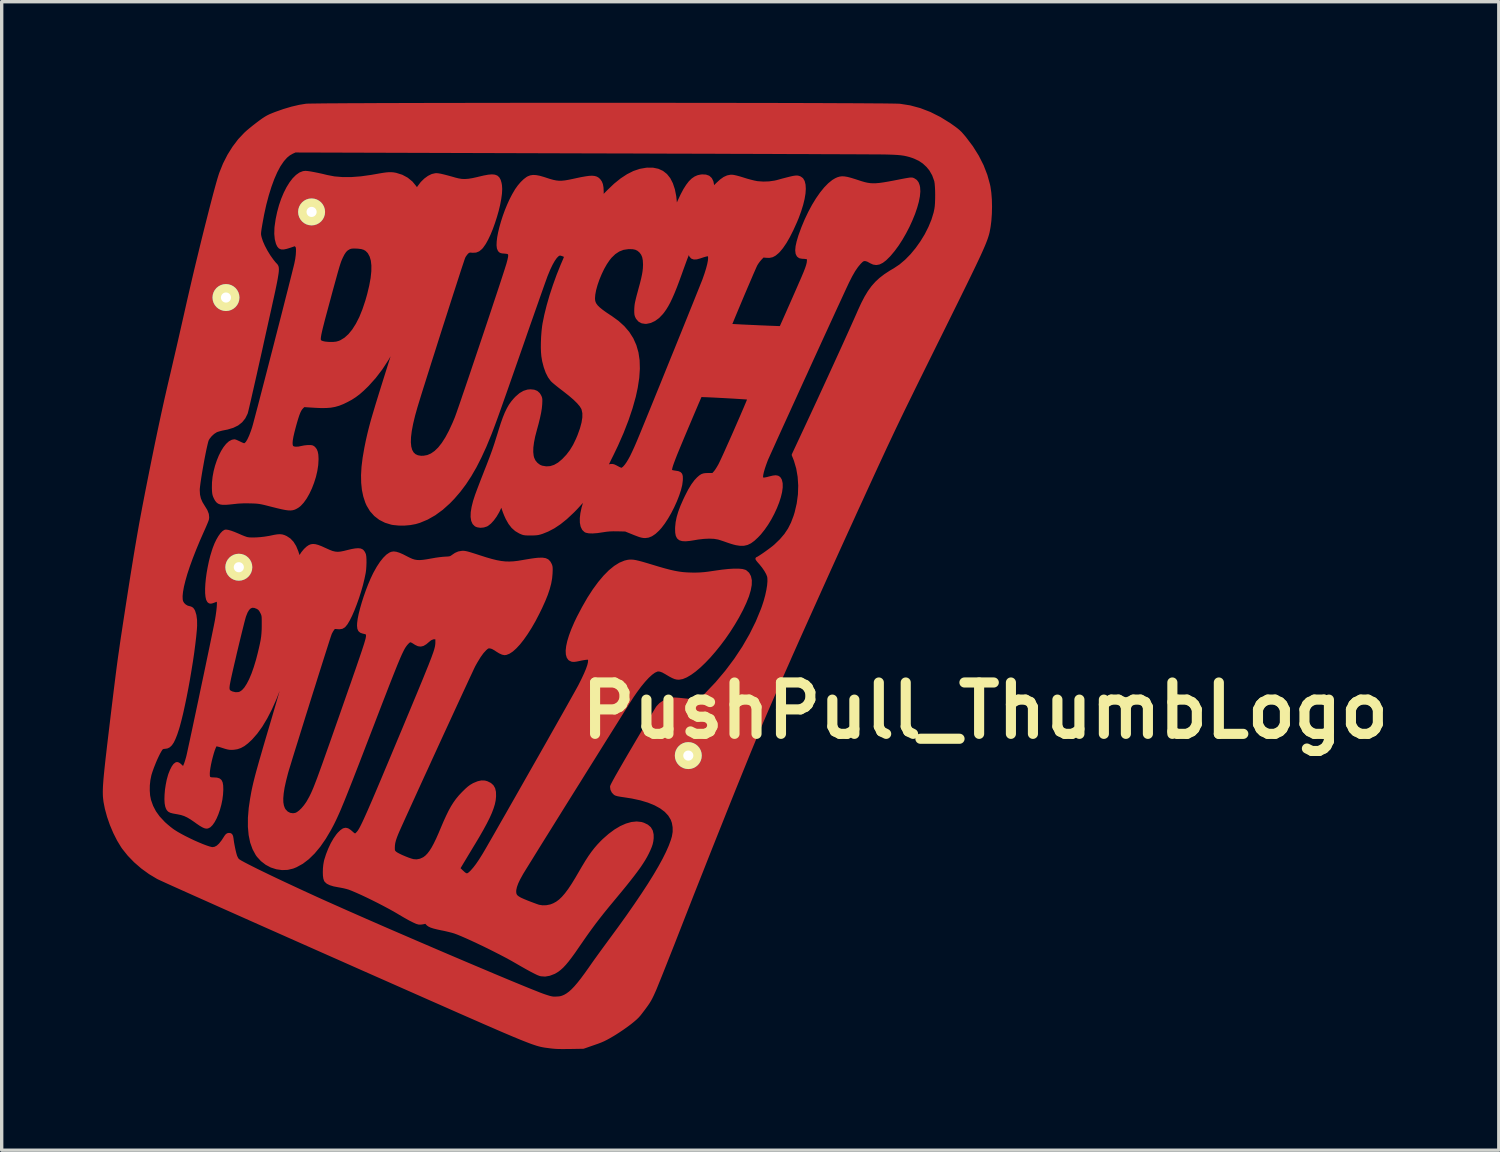
<source format=kicad_pcb>
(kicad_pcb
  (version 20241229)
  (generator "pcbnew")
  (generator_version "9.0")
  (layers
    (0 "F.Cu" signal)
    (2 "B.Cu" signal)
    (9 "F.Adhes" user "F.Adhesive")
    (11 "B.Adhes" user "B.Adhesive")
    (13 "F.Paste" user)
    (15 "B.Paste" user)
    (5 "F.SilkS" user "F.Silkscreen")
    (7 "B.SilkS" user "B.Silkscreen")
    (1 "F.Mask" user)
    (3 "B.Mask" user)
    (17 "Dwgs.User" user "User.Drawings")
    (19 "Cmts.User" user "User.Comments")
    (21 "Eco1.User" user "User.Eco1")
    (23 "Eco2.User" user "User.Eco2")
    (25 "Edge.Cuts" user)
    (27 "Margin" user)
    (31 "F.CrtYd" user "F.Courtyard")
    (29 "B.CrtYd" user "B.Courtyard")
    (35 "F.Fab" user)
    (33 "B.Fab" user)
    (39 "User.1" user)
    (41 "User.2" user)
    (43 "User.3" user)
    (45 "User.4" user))
  (footprint "PushPull_ThumbLogo"
    (layer "F.Cu")
    (at 13.179 14.032)
    (property "Reference" "PushPull_ThumbLogo" (at 13 4 0) (layer "F.SilkS") (effects (font (size 1.524 1.524) (thickness 0.3))))
    (attr through_hole)
    (fp_poly (pts (xy 13.152 -10.953) (xy 13.147 -10.74) (xy 13.132 -10.533) (xy 13.114 -10.391) (xy 13.106 -10.338) (xy 13.097 -10.289) (xy 13.088 -10.24) (xy 13.078 -10.191) (xy 13.065 -10.14) (xy 13.049 -10.086) (xy 13.03 -10.028) (xy 13.007 -9.963) (xy 12.979 -9.891) (xy 12.946 -9.81) (xy 12.906 -9.718) (xy 12.86 -9.614) (xy 12.807 -9.497) (xy 12.745 -9.366) (xy 12.675 -9.218) (xy 12.595 -9.052) (xy 12.506 -8.868) (xy 12.406 -8.663) (xy 12.294 -8.436) (xy 12.171 -8.185) (xy 12.035 -7.91) (xy 11.886 -7.608) (xy 11.723 -7.278) (xy 11.582 -6.994) (xy 11.565 -6.96) (xy 11.565 -11.312) (xy 11.563 -11.435) (xy 11.557 -11.549) (xy 11.549 -11.646) (xy 11.537 -11.717) (xy 11.535 -11.726) (xy 11.472 -11.9) (xy 11.384 -12.054) (xy 11.293 -12.164) (xy 11.18 -12.269) (xy 11.057 -12.352) (xy 10.915 -12.419) (xy 10.861 -12.44) (xy 10.773 -12.469) (xy 10.687 -12.492) (xy 10.598 -12.511) (xy 10.501 -12.525) (xy 10.39 -12.535) (xy 10.26 -12.542) (xy 10.105 -12.547) (xy 9.98 -12.55) (xy 9.935 -12.55) (xy 9.857 -12.551) (xy 9.747 -12.551) (xy 9.606 -12.552) (xy 9.436 -12.553) (xy 9.238 -12.554) (xy 9.012 -12.555) (xy 8.759 -12.556) (xy 8.482 -12.557) (xy 8.18 -12.558) (xy 7.856 -12.56) (xy 7.509 -12.561) (xy 7.142 -12.562) (xy 6.755 -12.564) (xy 6.349 -12.565) (xy 5.925 -12.567) (xy 5.485 -12.568) (xy 5.03 -12.57) (xy 4.56 -12.571) (xy 4.077 -12.573) (xy 3.582 -12.574) (xy 3.075 -12.576) (xy 2.559 -12.578) (xy 2.033 -12.579) (xy 1.5 -12.581) (xy 1.028 -12.582) (xy -7.474 -12.608) (xy -7.563 -12.568) (xy -7.658 -12.514) (xy -7.746 -12.442) (xy -7.833 -12.345) (xy -7.856 -12.316) (xy -7.954 -12.171) (xy -8.048 -11.994) (xy -8.138 -11.789) (xy -8.223 -11.557) (xy -8.303 -11.3) (xy -8.377 -11.021) (xy -8.443 -10.722) (xy -8.499 -10.415) (xy -8.516 -10.314) (xy -8.527 -10.239) (xy -8.533 -10.184) (xy -8.535 -10.141) (xy -8.532 -10.104) (xy -8.524 -10.066) (xy -8.517 -10.034) (xy -8.477 -9.909) (xy -8.416 -9.77) (xy -8.339 -9.624) (xy -8.25 -9.479) (xy -8.153 -9.343) (xy -8.095 -9.271) (xy -8.076 -9.25) (xy -8.058 -9.232) (xy -8.043 -9.215) (xy -8.03 -9.198) (xy -8.019 -9.178) (xy -8.011 -9.155) (xy -8.007 -9.125) (xy -8.005 -9.088) (xy -8.007 -9.042) (xy -8.013 -8.984) (xy -8.024 -8.914) (xy -8.038 -8.829) (xy -8.057 -8.727) (xy -8.081 -8.607) (xy -8.11 -8.468) (xy -8.145 -8.306) (xy -8.186 -8.122) (xy -8.232 -7.911) (xy -8.285 -7.674) (xy -8.344 -7.408) (xy -8.41 -7.112) (xy -8.441 -6.973) (xy -8.498 -6.712) (xy -8.555 -6.46) (xy -8.609 -6.218) (xy -8.66 -5.989) (xy -8.709 -5.774) (xy -8.754 -5.575) (xy -8.795 -5.396) (xy -8.831 -5.236) (xy -8.863 -5.1) (xy -8.889 -4.989) (xy -8.909 -4.904) (xy -8.923 -4.849) (xy -8.93 -4.826) (xy -8.994 -4.697) (xy -9.08 -4.59) (xy -9.19 -4.503) (xy -9.327 -4.436) (xy -9.49 -4.387) (xy -9.566 -4.372) (xy -9.65 -4.355) (xy -9.729 -4.334) (xy -9.794 -4.314) (xy -9.821 -4.303) (xy -9.904 -4.25) (xy -9.985 -4.176) (xy -10.052 -4.093) (xy -10.081 -4.043) (xy -10.096 -4.002) (xy -10.114 -3.932) (xy -10.136 -3.838) (xy -10.161 -3.724) (xy -10.187 -3.595) (xy -10.214 -3.456) (xy -10.24 -3.312) (xy -10.266 -3.167) (xy -10.29 -3.025) (xy -10.311 -2.892) (xy -10.329 -2.772) (xy -10.342 -2.67) (xy -10.351 -2.591) (xy -10.353 -2.543) (xy -10.345 -2.403) (xy -10.317 -2.279) (xy -10.266 -2.161) (xy -10.194 -2.044) (xy -10.123 -1.928) (xy -10.083 -1.825) (xy -10.073 -1.731) (xy -10.08 -1.678) (xy -10.092 -1.643) (xy -10.115 -1.584) (xy -10.148 -1.507) (xy -10.186 -1.418) (xy -10.222 -1.339) (xy -10.347 -1.055) (xy -10.459 -0.785) (xy -10.559 -0.529) (xy -10.646 -0.289) (xy -10.719 -0.068) (xy -10.777 0.134) (xy -10.821 0.314) (xy -10.849 0.471) (xy -10.862 0.603) (xy -10.858 0.71) (xy -10.846 0.767) (xy -10.808 0.835) (xy -10.748 0.893) (xy -10.678 0.933) (xy -10.646 0.942) (xy -10.579 0.959) (xy -10.534 0.984) (xy -10.503 1.027) (xy -10.487 1.058) (xy -10.452 1.171) (xy -10.433 1.31) (xy -10.431 1.477) (xy -10.438 1.592) (xy -10.458 1.801) (xy -10.485 2.031) (xy -10.517 2.278) (xy -10.555 2.536) (xy -10.598 2.801) (xy -10.643 3.068) (xy -10.691 3.333) (xy -10.741 3.589) (xy -10.792 3.834) (xy -10.842 4.062) (xy -10.892 4.268) (xy -10.94 4.448) (xy -10.965 4.533) (xy -11.018 4.694) (xy -11.069 4.823) (xy -11.118 4.924) (xy -11.169 4.998) (xy -11.222 5.048) (xy -11.278 5.075) (xy -11.336 5.083) (xy -11.385 5.089) (xy -11.422 5.101) (xy -11.449 5.128) (xy -11.484 5.182) (xy -11.526 5.257) (xy -11.572 5.35) (xy -11.62 5.454) (xy -11.666 5.565) (xy -11.71 5.677) (xy -11.749 5.785) (xy -11.781 5.885) (xy -11.787 5.907) (xy -11.817 6.054) (xy -11.834 6.213) (xy -11.836 6.374) (xy -11.825 6.525) (xy -11.799 6.657) (xy -11.797 6.664) (xy -11.732 6.846) (xy -11.645 7.013) (xy -11.531 7.171) (xy -11.387 7.326) (xy -11.363 7.35) (xy -11.287 7.417) (xy -11.202 7.488) (xy -11.121 7.55) (xy -11.078 7.58) (xy -10.982 7.64) (xy -10.869 7.704) (xy -10.746 7.769) (xy -10.615 7.834) (xy -10.483 7.897) (xy -10.353 7.954) (xy -10.231 8.005) (xy -10.12 8.047) (xy -10.027 8.078) (xy -9.956 8.096) (xy -9.923 8.1) (xy -9.846 8.087) (xy -9.77 8.047) (xy -9.695 7.979) (xy -9.617 7.881) (xy -9.559 7.792) (xy -9.522 7.735) (xy -9.494 7.701) (xy -9.467 7.684) (xy -9.442 7.679) (xy -9.406 7.681) (xy -9.381 7.697) (xy -9.363 7.734) (xy -9.351 7.796) (xy -9.346 7.837) (xy -9.333 7.926) (xy -9.314 8.028) (xy -9.293 8.131) (xy -9.271 8.225) (xy -9.25 8.3) (xy -9.244 8.319) (xy -9.219 8.375) (xy -9.189 8.424) (xy -9.179 8.436) (xy -9.149 8.458) (xy -9.091 8.494) (xy -9.005 8.541) (xy -8.894 8.599) (xy -8.76 8.667) (xy -8.605 8.745) (xy -8.43 8.83) (xy -8.238 8.923) (xy -8.031 9.022) (xy -7.81 9.126) (xy -7.577 9.235) (xy -7.336 9.347) (xy -7.086 9.462) (xy -6.831 9.579) (xy -6.572 9.696) (xy -6.439 9.755) (xy -6.203 9.86) (xy -5.952 9.972) (xy -5.686 10.089) (xy -5.409 10.211) (xy -5.121 10.337) (xy -4.826 10.466) (xy -4.523 10.597) (xy -4.217 10.729) (xy -3.907 10.863) (xy -3.597 10.996) (xy -3.288 11.129) (xy -2.982 11.26) (xy -2.681 11.388) (xy -2.387 11.513) (xy -2.101 11.634) (xy -1.826 11.75) (xy -1.564 11.861) (xy -1.315 11.965) (xy -1.083 12.062) (xy -0.869 12.15) (xy -0.675 12.23) (xy -0.503 12.3) (xy -0.354 12.359) (xy -0.232 12.408) (xy -0.136 12.444) (xy -0.076 12.465) (xy 0.016 12.495) (xy 0.086 12.516) (xy 0.142 12.528) (xy 0.192 12.534) (xy 0.246 12.534) (xy 0.282 12.533) (xy 0.363 12.528) (xy 0.426 12.516) (xy 0.487 12.494) (xy 0.534 12.473) (xy 0.606 12.431) (xy 0.681 12.376) (xy 0.759 12.306) (xy 0.844 12.218) (xy 0.937 12.11) (xy 1.04 11.98) (xy 1.154 11.826) (xy 1.283 11.645) (xy 1.333 11.573) (xy 1.385 11.499) (xy 1.453 11.403) (xy 1.534 11.291) (xy 1.623 11.168) (xy 1.717 11.039) (xy 1.812 10.91) (xy 1.866 10.836) (xy 2.146 10.455) (xy 2.403 10.097) (xy 2.636 9.762) (xy 2.847 9.45) (xy 3.036 9.161) (xy 3.203 8.892) (xy 3.348 8.645) (xy 3.472 8.419) (xy 3.575 8.212) (xy 3.658 8.024) (xy 3.72 7.856) (xy 3.753 7.744) (xy 3.777 7.602) (xy 3.776 7.457) (xy 3.752 7.318) (xy 3.715 7.214) (xy 3.636 7.084) (xy 3.525 6.965) (xy 3.383 6.859) (xy 3.212 6.765) (xy 3.011 6.683) (xy 2.781 6.614) (xy 2.522 6.558) (xy 2.311 6.525) (xy 2.196 6.508) (xy 2.111 6.493) (xy 2.053 6.477) (xy 2.019 6.461) (xy 2.018 6.46) (xy 1.964 6.404) (xy 1.929 6.333) (xy 1.92 6.261) (xy 1.92 6.253) (xy 1.931 6.225) (xy 1.959 6.168) (xy 2.004 6.084) (xy 2.066 5.971) (xy 2.146 5.831) (xy 2.242 5.664) (xy 2.354 5.47) (xy 2.483 5.249) (xy 2.581 5.083) (xy 2.686 4.904) (xy 2.788 4.732) (xy 2.884 4.569) (xy 2.974 4.418) (xy 3.055 4.282) (xy 3.127 4.163) (xy 3.187 4.063) (xy 3.234 3.984) (xy 3.267 3.93) (xy 3.285 3.903) (xy 3.286 3.902) (xy 3.366 3.817) (xy 3.469 3.746) (xy 3.584 3.693) (xy 3.701 3.664) (xy 3.759 3.66) (xy 3.807 3.662) (xy 3.879 3.667) (xy 3.967 3.675) (xy 4.061 3.685) (xy 4.077 3.687) (xy 4.174 3.697) (xy 4.272 3.704) (xy 4.358 3.708) (xy 4.422 3.708) (xy 4.427 3.708) (xy 4.542 3.701) (xy 4.729 3.515) (xy 5.039 3.189) (xy 5.328 2.846) (xy 5.595 2.49) (xy 5.837 2.125) (xy 6.052 1.752) (xy 6.238 1.377) (xy 6.393 1.001) (xy 6.421 0.924) (xy 6.477 0.753) (xy 6.522 0.587) (xy 6.556 0.43) (xy 6.579 0.286) (xy 6.589 0.161) (xy 6.586 0.059) (xy 6.577 0.008) (xy 6.545 -0.072) (xy 6.492 -0.167) (xy 6.422 -0.269) (xy 6.34 -0.371) (xy 6.324 -0.389) (xy 6.279 -0.44) (xy 6.248 -0.48) (xy 6.233 -0.504) (xy 6.234 -0.508) (xy 6.258 -0.518) (xy 6.303 -0.545) (xy 6.365 -0.585) (xy 6.438 -0.634) (xy 6.517 -0.69) (xy 6.597 -0.748) (xy 6.672 -0.804) (xy 6.737 -0.855) (xy 6.781 -0.893) (xy 6.944 -1.05) (xy 7.079 -1.208) (xy 7.191 -1.375) (xy 7.283 -1.557) (xy 7.361 -1.762) (xy 7.395 -1.873) (xy 7.457 -2.139) (xy 7.493 -2.409) (xy 7.502 -2.677) (xy 7.485 -2.939) (xy 7.442 -3.191) (xy 7.373 -3.426) (xy 7.35 -3.486) (xy 7.309 -3.587) (xy 7.57 -4.145) (xy 7.732 -4.492) (xy 7.894 -4.84) (xy 8.055 -5.187) (xy 8.213 -5.53) (xy 8.367 -5.865) (xy 8.516 -6.19) (xy 8.659 -6.503) (xy 8.795 -6.8) (xy 8.921 -7.079) (xy 9.037 -7.337) (xy 9.142 -7.571) (xy 9.234 -7.778) (xy 9.269 -7.859) (xy 9.368 -8.073) (xy 9.464 -8.258) (xy 9.561 -8.419) (xy 9.663 -8.56) (xy 9.773 -8.685) (xy 9.896 -8.799) (xy 10.035 -8.906) (xy 10.194 -9.01) (xy 10.315 -9.081) (xy 10.486 -9.195) (xy 10.656 -9.339) (xy 10.82 -9.506) (xy 10.976 -9.694) (xy 11.12 -9.897) (xy 11.25 -10.11) (xy 11.361 -10.33) (xy 11.452 -10.55) (xy 11.518 -10.767) (xy 11.541 -10.878) (xy 11.553 -10.963) (xy 11.56 -11.068) (xy 11.564 -11.187) (xy 11.565 -11.312) (xy 11.565 -6.96) (xy 11.417 -6.66) (xy 11.265 -6.353) (xy 11.126 -6.072) (xy 10.998 -5.813) (xy 10.88 -5.573) (xy 10.771 -5.35) (xy 10.669 -5.142) (xy 10.573 -4.946) (xy 10.482 -4.758) (xy 10.395 -4.577) (xy 10.31 -4.4) (xy 10.227 -4.224) (xy 10.143 -4.046) (xy 10.057 -3.864) (xy 9.969 -3.675) (xy 9.877 -3.476) (xy 9.779 -3.265) (xy 9.675 -3.039) (xy 9.563 -2.795) (xy 9.442 -2.531) (xy 9.311 -2.244) (xy 9.175 -1.949) (xy 9.032 -1.634) (xy 8.88 -1.302) (xy 8.722 -0.955) (xy 8.56 -0.598) (xy 8.395 -0.234) (xy 8.23 0.132) (xy 8.066 0.496) (xy 7.905 0.854) (xy 7.748 1.203) (xy 7.598 1.537) (xy 7.456 1.854) (xy 7.325 2.149) (xy 7.205 2.418) (xy 7.182 2.472) (xy 7.047 2.777) (xy 6.924 3.055) (xy 6.812 3.309) (xy 6.709 3.543) (xy 6.615 3.76) (xy 6.526 3.964) (xy 6.443 4.158) (xy 6.362 4.346) (xy 6.284 4.531) (xy 6.206 4.717) (xy 6.127 4.907) (xy 6.045 5.106) (xy 5.959 5.315) (xy 5.868 5.54) (xy 5.769 5.784) (xy 5.662 6.049) (xy 5.544 6.34) (xy 5.53 6.375) (xy 5.413 6.667) (xy 5.286 6.984) (xy 5.152 7.321) (xy 5.012 7.671) (xy 4.869 8.03) (xy 4.726 8.391) (xy 4.584 8.751) (xy 4.445 9.102) (xy 4.311 9.44) (xy 4.186 9.76) (xy 4.07 10.056) (xy 4.031 10.155) (xy 3.935 10.401) (xy 3.84 10.643) (xy 3.748 10.879) (xy 3.659 11.104) (xy 3.574 11.318) (xy 3.495 11.518) (xy 3.422 11.702) (xy 3.356 11.867) (xy 3.298 12.01) (xy 3.249 12.131) (xy 3.211 12.225) (xy 3.183 12.291) (xy 3.175 12.309) (xy 3.125 12.42) (xy 3.082 12.509) (xy 3.041 12.585) (xy 2.997 12.657) (xy 2.944 12.734) (xy 2.877 12.826) (xy 2.862 12.846) (xy 2.792 12.938) (xy 2.736 13.01) (xy 2.685 13.068) (xy 2.633 13.119) (xy 2.574 13.171) (xy 2.501 13.231) (xy 2.453 13.269) (xy 2.357 13.341) (xy 2.244 13.421) (xy 2.124 13.502) (xy 2.009 13.576) (xy 1.956 13.608) (xy 1.849 13.671) (xy 1.76 13.72) (xy 1.678 13.761) (xy 1.594 13.798) (xy 1.497 13.835) (xy 1.38 13.876) (xy 1.076 13.982) (xy 0.678 13.989) (xy 0.533 13.99) (xy 0.414 13.99) (xy 0.314 13.988) (xy 0.225 13.983) (xy 0.141 13.975) (xy 0.053 13.964) (xy 0.051 13.963) (xy 0.01 13.958) (xy -0.027 13.953) (xy -0.064 13.948) (xy -0.1 13.942) (xy -0.137 13.935) (xy -0.175 13.927) (xy -0.216 13.917) (xy -0.26 13.905) (xy -0.31 13.89) (xy -0.364 13.872) (xy -0.426 13.851) (xy -0.495 13.826) (xy -0.573 13.796) (xy -0.66 13.762) (xy -0.759 13.723) (xy -0.868 13.678) (xy -0.991 13.627) (xy -1.128 13.569) (xy -1.279 13.505) (xy -1.446 13.433) (xy -1.629 13.353) (xy -1.831 13.266) (xy -2.051 13.169) (xy -2.291 13.064) (xy -2.551 12.95) (xy -2.834 12.825) (xy -3.139 12.69) (xy -3.469 12.545) (xy -3.823 12.388) (xy -4.203 12.22) (xy -4.61 12.04) (xy -5.044 11.848) (xy -5.508 11.643) (xy -6.001 11.424) (xy -6.048 11.403) (xy -6.453 11.224) (xy -6.852 11.047) (xy -7.242 10.874) (xy -7.623 10.705) (xy -7.994 10.54) (xy -8.353 10.381) (xy -8.699 10.227) (xy -9.031 10.079) (xy -9.348 9.938) (xy -9.649 9.804) (xy -9.932 9.677) (xy -10.196 9.559) (xy -10.441 9.45) (xy -10.664 9.35) (xy -10.865 9.26) (xy -11.043 9.18) (xy -11.196 9.111) (xy -11.323 9.053) (xy -11.423 9.007) (xy -11.495 8.974) (xy -11.538 8.953) (xy -11.546 8.949) (xy -11.781 8.808) (xy -12.006 8.645) (xy -12.214 8.465) (xy -12.401 8.272) (xy -12.561 8.072) (xy -12.593 8.026) (xy -12.712 7.83) (xy -12.823 7.61) (xy -12.922 7.376) (xy -13.005 7.137) (xy -13.069 6.902) (xy -13.108 6.704) (xy -13.115 6.649) (xy -13.121 6.595) (xy -13.126 6.54) (xy -13.128 6.481) (xy -13.129 6.416) (xy -13.128 6.343) (xy -13.125 6.261) (xy -13.119 6.167) (xy -13.111 6.059) (xy -13.1 5.935) (xy -13.086 5.793) (xy -13.069 5.632) (xy -13.049 5.448) (xy -13.025 5.241) (xy -12.998 5.007) (xy -12.967 4.746) (xy -12.932 4.454) (xy -12.904 4.219) (xy -12.868 3.92) (xy -12.835 3.65) (xy -12.805 3.405) (xy -12.777 3.181) (xy -12.751 2.973) (xy -12.726 2.777) (xy -12.701 2.589) (xy -12.676 2.405) (xy -12.649 2.22) (xy -12.622 2.029) (xy -12.593 1.83) (xy -12.56 1.616) (xy -12.525 1.384) (xy -12.486 1.131) (xy -12.443 0.85) (xy -12.42 0.703) (xy -12.363 0.337) (xy -12.31 0.002) (xy -12.26 -0.307) (xy -12.214 -0.591) (xy -12.17 -0.854) (xy -12.128 -1.1) (xy -12.088 -1.33) (xy -12.049 -1.55) (xy -12.01 -1.761) (xy -11.971 -1.966) (xy -11.97 -1.974) (xy -11.871 -2.487) (xy -11.772 -2.987) (xy -11.675 -3.47) (xy -11.58 -3.935) (xy -11.487 -4.379) (xy -11.397 -4.799) (xy -11.31 -5.193) (xy -11.227 -5.558) (xy -11.158 -5.854) (xy -11.116 -6.03) (xy -11.069 -6.234) (xy -11.017 -6.459) (xy -10.961 -6.7) (xy -10.903 -6.951) (xy -10.845 -7.207) (xy -10.787 -7.461) (xy -10.731 -7.709) (xy -10.678 -7.944) (xy -10.666 -7.998) (xy -10.609 -8.248) (xy -10.549 -8.508) (xy -10.487 -8.776) (xy -10.423 -9.048) (xy -10.357 -9.323) (xy -10.29 -9.598) (xy -10.224 -9.87) (xy -10.158 -10.137) (xy -10.093 -10.396) (xy -10.03 -10.644) (xy -9.97 -10.88) (xy -9.913 -11.1) (xy -9.86 -11.302) (xy -9.811 -11.483) (xy -9.767 -11.642) (xy -9.729 -11.774) (xy -9.697 -11.878) (xy -9.675 -11.943) (xy -9.566 -12.213) (xy -9.436 -12.468) (xy -9.288 -12.704) (xy -9.126 -12.918) (xy -8.951 -13.104) (xy -8.891 -13.16) (xy -8.808 -13.23) (xy -8.709 -13.311) (xy -8.606 -13.391) (xy -8.511 -13.463) (xy -8.505 -13.467) (xy -8.416 -13.531) (xy -8.342 -13.579) (xy -8.274 -13.618) (xy -8.201 -13.653) (xy -8.112 -13.689) (xy -8.049 -13.714) (xy -7.805 -13.8) (xy -7.569 -13.87) (xy -7.347 -13.922) (xy -7.146 -13.955) (xy -7.112 -13.957) (xy -7.045 -13.959) (xy -6.946 -13.96) (xy -6.818 -13.962) (xy -6.66 -13.964) (xy -6.475 -13.966) (xy -6.264 -13.967) (xy -6.027 -13.969) (xy -5.766 -13.97) (xy -5.483 -13.971) (xy -5.179 -13.973) (xy -4.854 -13.974) (xy -4.51 -13.975) (xy -4.149 -13.976) (xy -3.771 -13.977) (xy -3.378 -13.978) (xy -2.971 -13.979) (xy -2.552 -13.979) (xy -2.121 -13.98) (xy -1.68 -13.981) (xy -1.23 -13.981) (xy -0.772 -13.982) (xy -0.308 -13.982) (xy 0.161 -13.982) (xy 0.635 -13.982) (xy 1.11 -13.982) (xy 1.588 -13.982) (xy 2.065 -13.982) (xy 2.542 -13.982) (xy 3.016 -13.982) (xy 3.487 -13.982) (xy 3.952 -13.981) (xy 4.412 -13.981) (xy 4.865 -13.98) (xy 5.309 -13.98) (xy 5.743 -13.979) (xy 6.166 -13.978) (xy 6.577 -13.978) (xy 6.974 -13.977) (xy 7.356 -13.976) (xy 7.723 -13.975) (xy 8.072 -13.974) (xy 8.402 -13.972) (xy 8.713 -13.971) (xy 9.003 -13.97) (xy 9.27 -13.968) (xy 9.514 -13.967) (xy 9.733 -13.965) (xy 9.927 -13.964) (xy 10.092 -13.962) (xy 10.23 -13.96) (xy 10.337 -13.958) (xy 10.414 -13.956) (xy 10.458 -13.954) (xy 10.463 -13.954) (xy 10.762 -13.907) (xy 11.059 -13.827) (xy 11.355 -13.713) (xy 11.647 -13.566) (xy 11.937 -13.386) (xy 11.988 -13.35) (xy 12.081 -13.284) (xy 12.152 -13.23) (xy 12.211 -13.18) (xy 12.265 -13.128) (xy 12.32 -13.066) (xy 12.386 -12.988) (xy 12.396 -12.975) (xy 12.595 -12.711) (xy 12.765 -12.439) (xy 12.906 -12.16) (xy 13.015 -11.879) (xy 13.093 -11.597) (xy 13.106 -11.535) (xy 13.131 -11.36) (xy 13.147 -11.163) (xy 13.152 -10.953)) (stroke (width 0.1) (type solid)) (fill yes) (layer "F.Cu"))
    (fp_poly (pts (xy 6.026 0.138) (xy 6.023 0.269) (xy 5.995 0.421) (xy 5.943 0.595) (xy 5.865 0.789) (xy 5.77 0.991) (xy 5.654 1.21) (xy 5.527 1.426) (xy 5.393 1.637) (xy 5.252 1.841) (xy 5.106 2.036) (xy 4.958 2.219) (xy 4.81 2.39) (xy 4.663 2.544) (xy 4.519 2.682) (xy 4.38 2.8) (xy 4.248 2.896) (xy 4.126 2.968) (xy 4.014 3.015) (xy 3.915 3.033) (xy 3.904 3.033) (xy 3.853 3.029) (xy 3.798 3.016) (xy 3.736 2.99) (xy 3.659 2.95) (xy 3.562 2.893) (xy 3.533 2.875) (xy 3.437 2.822) (xy 3.358 2.794) (xy 3.29 2.788) (xy 3.258 2.795) (xy 3.177 2.831) (xy 3.085 2.898) (xy 2.982 2.992) (xy 2.87 3.114) (xy 2.749 3.261) (xy 2.623 3.432) (xy 2.53 3.567) (xy 2.507 3.602) (xy 2.468 3.663) (xy 2.413 3.75) (xy 2.344 3.86) (xy 2.261 3.991) (xy 2.166 4.142) (xy 2.061 4.311) (xy 1.945 4.495) (xy 1.821 4.693) (xy 1.689 4.903) (xy 1.551 5.124) (xy 1.408 5.353) (xy 1.261 5.588) (xy 1.11 5.829) (xy 0.959 6.072) (xy 0.806 6.316) (xy 0.654 6.559) (xy 0.504 6.799) (xy 0.357 7.035) (xy 0.214 7.264) (xy 0.077 7.485) (xy -0.055 7.696) (xy -0.179 7.895) (xy -0.294 8.08) (xy -0.399 8.25) (xy -0.493 8.402) (xy -0.575 8.534) (xy -0.644 8.645) (xy -0.698 8.733) (xy -0.737 8.796) (xy -0.757 8.83) (xy -0.84 8.98) (xy -0.901 9.108) (xy -0.941 9.219) (xy -0.962 9.315) (xy -0.965 9.368) (xy -0.961 9.423) (xy -0.946 9.47) (xy -0.917 9.512) (xy -0.869 9.551) (xy -0.8 9.592) (xy -0.705 9.635) (xy -0.582 9.686) (xy -0.576 9.688) (xy -0.483 9.724) (xy -0.395 9.757) (xy -0.321 9.784) (xy -0.266 9.803) (xy -0.246 9.809) (xy -0.137 9.826) (xy -0.015 9.823) (xy 0.102 9.8) (xy 0.115 9.797) (xy 0.208 9.76) (xy 0.299 9.71) (xy 0.388 9.644) (xy 0.477 9.559) (xy 0.569 9.453) (xy 0.666 9.324) (xy 0.769 9.17) (xy 0.88 8.989) (xy 0.974 8.828) (xy 1.083 8.641) (xy 1.181 8.479) (xy 1.271 8.34) (xy 1.358 8.217) (xy 1.443 8.108) (xy 1.531 8.006) (xy 1.625 7.907) (xy 1.688 7.845) (xy 1.859 7.695) (xy 2.029 7.569) (xy 2.195 7.47) (xy 2.357 7.398) (xy 2.511 7.354) (xy 2.657 7.339) (xy 2.791 7.353) (xy 2.856 7.373) (xy 2.963 7.425) (xy 3.041 7.492) (xy 3.09 7.576) (xy 3.113 7.68) (xy 3.114 7.782) (xy 3.104 7.867) (xy 3.087 7.947) (xy 3.059 8.031) (xy 3.018 8.128) (xy 2.971 8.227) (xy 2.924 8.317) (xy 2.87 8.41) (xy 2.808 8.508) (xy 2.737 8.615) (xy 2.653 8.731) (xy 2.556 8.86) (xy 2.444 9.004) (xy 2.315 9.166) (xy 2.167 9.347) (xy 1.998 9.551) (xy 1.958 9.599) (xy 1.797 9.793) (xy 1.654 9.969) (xy 1.524 10.134) (xy 1.401 10.294) (xy 1.28 10.458) (xy 1.155 10.631) (xy 1.023 10.821) (xy 0.913 10.98) (xy 0.796 11.15) (xy 0.693 11.292) (xy 0.601 11.412) (xy 0.519 11.51) (xy 0.444 11.59) (xy 0.372 11.655) (xy 0.303 11.708) (xy 0.232 11.751) (xy 0.201 11.767) (xy 0.069 11.818) (xy -0.057 11.84) (xy -0.174 11.832) (xy -0.215 11.821) (xy -0.275 11.797) (xy -0.361 11.755) (xy -0.473 11.697) (xy -0.608 11.623) (xy -0.765 11.534) (xy -0.915 11.447) (xy -1.043 11.374) (xy -1.189 11.294) (xy -1.351 11.209) (xy -1.523 11.121) (xy -1.7 11.032) (xy -1.879 10.944) (xy -2.056 10.86) (xy -2.225 10.781) (xy -2.382 10.71) (xy -2.522 10.649) (xy -2.643 10.599) (xy -2.738 10.564) (xy -2.741 10.563) (xy -2.805 10.544) (xy -2.891 10.522) (xy -2.99 10.498) (xy -3.092 10.476) (xy -3.116 10.472) (xy -3.251 10.443) (xy -3.357 10.416) (xy -3.437 10.39) (xy -3.495 10.362) (xy -3.537 10.331) (xy -3.554 10.312) (xy -3.578 10.285) (xy -3.601 10.275) (xy -3.636 10.279) (xy -3.668 10.287) (xy -3.729 10.297) (xy -3.789 10.299) (xy -3.805 10.297) (xy -3.864 10.28) (xy -3.949 10.242) (xy -4.062 10.185) (xy -4.202 10.107) (xy -4.368 10.01) (xy -4.395 9.993) (xy -4.525 9.917) (xy -4.672 9.836) (xy -4.831 9.751) (xy -4.998 9.664) (xy -5.166 9.58) (xy -5.332 9.499) (xy -5.489 9.425) (xy -5.634 9.36) (xy -5.76 9.306) (xy -5.863 9.266) (xy -5.881 9.26) (xy -5.947 9.241) (xy -6.034 9.22) (xy -6.127 9.202) (xy -6.178 9.193) (xy -6.319 9.166) (xy -6.427 9.133) (xy -6.506 9.094) (xy -6.558 9.046) (xy -6.569 9.029) (xy -6.588 8.972) (xy -6.599 8.891) (xy -6.602 8.793) (xy -6.599 8.685) (xy -6.588 8.577) (xy -6.57 8.475) (xy -6.561 8.438) (xy -6.508 8.272) (xy -6.443 8.108) (xy -6.37 7.953) (xy -6.29 7.815) (xy -6.209 7.7) (xy -6.169 7.653) (xy -6.096 7.582) (xy -6.033 7.539) (xy -5.976 7.525) (xy -5.918 7.539) (xy -5.855 7.58) (xy -5.812 7.617) (xy -5.755 7.667) (xy -5.713 7.692) (xy -5.678 7.693) (xy -5.643 7.669) (xy -5.598 7.62) (xy -5.592 7.612) (xy -5.573 7.588) (xy -5.552 7.556) (xy -5.527 7.514) (xy -5.499 7.461) (xy -5.466 7.396) (xy -5.428 7.317) (xy -5.385 7.224) (xy -5.335 7.113) (xy -5.278 6.986) (xy -5.214 6.838) (xy -5.141 6.671) (xy -5.06 6.481) (xy -4.97 6.268) (xy -4.869 6.03) (xy -4.758 5.765) (xy -4.635 5.473) (xy -4.501 5.152) (xy -4.406 4.925) (xy -4.262 4.582) (xy -4.132 4.269) (xy -4.013 3.985) (xy -3.906 3.727) (xy -3.809 3.495) (xy -3.723 3.286) (xy -3.646 3.1) (xy -3.579 2.934) (xy -3.52 2.788) (xy -3.468 2.66) (xy -3.425 2.549) (xy -3.387 2.452) (xy -3.357 2.368) (xy -3.331 2.297) (xy -3.311 2.236) (xy -3.295 2.183) (xy -3.284 2.139) (xy -3.275 2.1) (xy -3.27 2.066) (xy -3.266 2.035) (xy -3.264 2.005) (xy -3.263 1.975) (xy -3.263 1.957) (xy -3.263 1.895) (xy -3.267 1.859) (xy -3.276 1.841) (xy -3.294 1.834) (xy -3.302 1.833) (xy -3.385 1.836) (xy -3.465 1.87) (xy -3.525 1.918) (xy -3.61 1.99) (xy -3.683 2.034) (xy -3.75 2.05) (xy -3.817 2.041) (xy -3.889 2.007) (xy -3.914 1.991) (xy -3.982 1.948) (xy -4.031 1.925) (xy -4.069 1.923) (xy -4.105 1.941) (xy -4.145 1.978) (xy -4.146 1.979) (xy -4.17 2.005) (xy -4.193 2.032) (xy -4.216 2.062) (xy -4.24 2.097) (xy -4.265 2.138) (xy -4.292 2.188) (xy -4.321 2.247) (xy -4.355 2.318) (xy -4.392 2.402) (xy -4.434 2.501) (xy -4.482 2.616) (xy -4.536 2.75) (xy -4.597 2.903) (xy -4.666 3.078) (xy -4.744 3.276) (xy -4.83 3.499) (xy -4.927 3.748) (xy -5.034 4.026) (xy -5.152 4.333) (xy -5.16 4.355) (xy -5.294 4.702) (xy -5.416 5.018) (xy -5.527 5.307) (xy -5.628 5.569) (xy -5.72 5.805) (xy -5.803 6.019) (xy -5.879 6.211) (xy -5.947 6.383) (xy -6.008 6.536) (xy -6.063 6.673) (xy -6.114 6.795) (xy -6.159 6.904) (xy -6.201 7.001) (xy -6.24 7.088) (xy -6.276 7.167) (xy -6.31 7.239) (xy -6.343 7.307) (xy -6.375 7.371) (xy -6.408 7.433) (xy -6.442 7.496) (xy -6.45 7.512) (xy -6.606 7.776) (xy -6.766 8.007) (xy -6.931 8.205) (xy -7.1 8.37) (xy -7.273 8.502) (xy -7.451 8.6) (xy -7.544 8.638) (xy -7.7 8.675) (xy -7.86 8.681) (xy -8.02 8.658) (xy -8.176 8.608) (xy -8.321 8.531) (xy -8.453 8.429) (xy -8.567 8.305) (xy -8.601 8.257) (xy -8.691 8.091) (xy -8.759 7.901) (xy -8.803 7.685) (xy -8.825 7.445) (xy -8.824 7.18) (xy -8.8 6.891) (xy -8.759 6.614) (xy -8.742 6.521) (xy -8.726 6.43) (xy -8.708 6.341) (xy -8.688 6.249) (xy -8.666 6.153) (xy -8.64 6.049) (xy -8.611 5.935) (xy -8.577 5.808) (xy -8.537 5.665) (xy -8.492 5.504) (xy -8.439 5.323) (xy -8.38 5.117) (xy -8.312 4.885) (xy -8.235 4.624) (xy -8.215 4.558) (xy -8.11 4.202) (xy -8.011 3.863) (xy -7.918 3.545) (xy -7.831 3.247) (xy -7.752 2.971) (xy -7.679 2.717) (xy -7.615 2.489) (xy -7.558 2.285) (xy -7.509 2.109) (xy -7.469 1.96) (xy -7.438 1.84) (xy -7.416 1.75) (xy -7.405 1.7) (xy -7.387 1.592) (xy -7.377 1.498) (xy -7.375 1.422) (xy -7.381 1.37) (xy -7.395 1.345) (xy -7.397 1.344) (xy -7.409 1.356) (xy -7.422 1.396) (xy -7.435 1.456) (xy -7.436 1.464) (xy -7.468 1.632) (xy -7.509 1.825) (xy -7.56 2.035) (xy -7.617 2.257) (xy -7.679 2.484) (xy -7.745 2.708) (xy -7.812 2.922) (xy -7.815 2.931) (xy -7.942 3.302) (xy -8.073 3.639) (xy -8.208 3.942) (xy -8.347 4.212) (xy -8.414 4.323) (xy -8.414 1.352) (xy -8.415 1.276) (xy -8.417 1.22) (xy -8.423 1.179) (xy -8.432 1.145) (xy -8.445 1.113) (xy -8.464 1.075) (xy -8.464 1.075) (xy -8.5 1.012) (xy -8.536 0.971) (xy -8.582 0.94) (xy -8.59 0.936) (xy -8.676 0.903) (xy -8.751 0.899) (xy -8.817 0.924) (xy -8.875 0.979) (xy -8.928 1.065) (xy -8.976 1.185) (xy -8.977 1.187) (xy -8.99 1.231) (xy -9.01 1.304) (xy -9.036 1.403) (xy -9.066 1.523) (xy -9.1 1.66) (xy -9.137 1.811) (xy -9.176 1.972) (xy -9.216 2.138) (xy -9.256 2.306) (xy -9.294 2.472) (xy -9.332 2.632) (xy -9.366 2.782) (xy -9.397 2.918) (xy -9.423 3.037) (xy -9.439 3.115) (xy -9.46 3.225) (xy -9.47 3.308) (xy -9.468 3.368) (xy -9.453 3.411) (xy -9.422 3.443) (xy -9.375 3.468) (xy -9.344 3.481) (xy -9.244 3.504) (xy -9.148 3.499) (xy -9.089 3.48) (xy -9.015 3.428) (xy -8.94 3.345) (xy -8.866 3.23) (xy -8.792 3.087) (xy -8.72 2.916) (xy -8.651 2.719) (xy -8.584 2.498) (xy -8.534 2.304) (xy -8.497 2.148) (xy -8.468 2.018) (xy -8.446 1.905) (xy -8.431 1.803) (xy -8.422 1.705) (xy -8.416 1.602) (xy -8.414 1.489) (xy -8.414 1.456) (xy -8.414 1.352) (xy -8.414 4.323) (xy -8.489 4.448) (xy -8.635 4.651) (xy -8.784 4.821) (xy -8.793 4.83) (xy -8.905 4.934) (xy -9.006 5.011) (xy -9.103 5.064) (xy -9.2 5.097) (xy -9.304 5.113) (xy -9.31 5.113) (xy -9.368 5.115) (xy -9.42 5.112) (xy -9.476 5.102) (xy -9.545 5.083) (xy -9.62 5.059) (xy -9.696 5.035) (xy -9.761 5.018) (xy -9.807 5.008) (xy -9.828 5.007) (xy -9.851 5.036) (xy -9.877 5.092) (xy -9.907 5.17) (xy -9.937 5.265) (xy -9.966 5.37) (xy -9.994 5.481) (xy -10.018 5.592) (xy -10.037 5.697) (xy -10.05 5.79) (xy -10.055 5.86) (xy -10.053 5.937) (xy -10.04 5.988) (xy -10.011 6.016) (xy -9.959 6.029) (xy -9.883 6.032) (xy -9.801 6.037) (xy -9.74 6.055) (xy -9.698 6.089) (xy -9.672 6.144) (xy -9.658 6.223) (xy -9.654 6.331) (xy -9.654 6.346) (xy -9.662 6.487) (xy -9.681 6.634) (xy -9.711 6.78) (xy -9.75 6.922) (xy -9.796 7.056) (xy -9.848 7.178) (xy -9.904 7.282) (xy -9.962 7.365) (xy -10.02 7.422) (xy -10.073 7.448) (xy -10.109 7.451) (xy -10.152 7.441) (xy -10.207 7.416) (xy -10.277 7.375) (xy -10.367 7.314) (xy -10.429 7.269) (xy -10.547 7.188) (xy -10.65 7.127) (xy -10.746 7.082) (xy -10.844 7.05) (xy -10.953 7.027) (xy -10.99 7.021) (xy -11.088 7.003) (xy -11.159 6.984) (xy -11.208 6.958) (xy -11.241 6.923) (xy -11.265 6.874) (xy -11.279 6.832) (xy -11.295 6.743) (xy -11.301 6.628) (xy -11.297 6.496) (xy -11.285 6.353) (xy -11.263 6.207) (xy -11.235 6.065) (xy -11.199 5.934) (xy -11.187 5.896) (xy -11.139 5.776) (xy -11.091 5.682) (xy -11.044 5.616) (xy -10.998 5.581) (xy -10.972 5.575) (xy -10.941 5.586) (xy -10.899 5.616) (xy -10.87 5.643) (xy -10.831 5.68) (xy -10.802 5.704) (xy -10.791 5.71) (xy -10.772 5.695) (xy -10.747 5.65) (xy -10.719 5.582) (xy -10.69 5.495) (xy -10.66 5.393) (xy -10.658 5.383) (xy -10.648 5.343) (xy -10.632 5.273) (xy -10.611 5.175) (xy -10.584 5.05) (xy -10.552 4.903) (xy -10.516 4.734) (xy -10.476 4.548) (xy -10.433 4.345) (xy -10.387 4.129) (xy -10.339 3.902) (xy -10.289 3.667) (xy -10.239 3.425) (xy -10.187 3.18) (xy -10.135 2.934) (xy -10.084 2.69) (xy -10.034 2.449) (xy -9.985 2.215) (xy -9.938 1.989) (xy -9.894 1.775) (xy -9.853 1.575) (xy -9.834 1.483) (xy -9.803 1.324) (xy -9.779 1.176) (xy -9.761 1.043) (xy -9.749 0.929) (xy -9.744 0.836) (xy -9.747 0.768) (xy -9.758 0.73) (xy -9.758 0.729) (xy -9.772 0.717) (xy -9.795 0.717) (xy -9.835 0.73) (xy -9.865 0.742) (xy -9.932 0.767) (xy -9.977 0.777) (xy -10.008 0.772) (xy -10.034 0.751) (xy -10.037 0.748) (xy -10.065 0.697) (xy -10.083 0.617) (xy -10.093 0.512) (xy -10.094 0.387) (xy -10.087 0.245) (xy -10.072 0.09) (xy -10.05 -0.073) (xy -10.02 -0.241) (xy -9.985 -0.41) (xy -9.944 -0.575) (xy -9.896 -0.734) (xy -9.868 -0.817) (xy -9.82 -0.939) (xy -9.766 -1.051) (xy -9.709 -1.149) (xy -9.652 -1.229) (xy -9.598 -1.286) (xy -9.55 -1.317) (xy -9.527 -1.321) (xy -9.468 -1.313) (xy -9.386 -1.29) (xy -9.286 -1.253) (xy -9.174 -1.206) (xy -9.155 -1.198) (xy -9.076 -1.163) (xy -8.999 -1.132) (xy -8.935 -1.109) (xy -8.906 -1.1) (xy -8.833 -1.089) (xy -8.735 -1.086) (xy -8.619 -1.089) (xy -8.494 -1.098) (xy -8.366 -1.113) (xy -8.243 -1.133) (xy -8.197 -1.142) (xy -8.084 -1.166) (xy -7.995 -1.18) (xy -7.925 -1.184) (xy -7.866 -1.178) (xy -7.81 -1.162) (xy -7.751 -1.136) (xy -7.747 -1.134) (xy -7.646 -1.068) (xy -7.561 -0.978) (xy -7.488 -0.86) (xy -7.427 -0.713) (xy -7.4 -0.629) (xy -7.359 -0.488) (xy -7.308 -0.579) (xy -7.246 -0.674) (xy -7.175 -0.76) (xy -7.102 -0.828) (xy -7.044 -0.867) (xy -6.993 -0.887) (xy -6.939 -0.894) (xy -6.878 -0.888) (xy -6.803 -0.868) (xy -6.709 -0.832) (xy -6.592 -0.779) (xy -6.588 -0.777) (xy -6.472 -0.725) (xy -6.376 -0.688) (xy -6.292 -0.668) (xy -6.21 -0.661) (xy -6.123 -0.668) (xy -6.02 -0.688) (xy -5.928 -0.711) (xy -5.794 -0.743) (xy -5.689 -0.762) (xy -5.607 -0.768) (xy -5.545 -0.762) (xy -5.5 -0.743) (xy -5.483 -0.73) (xy -5.448 -0.684) (xy -5.423 -0.63) (xy -5.422 -0.628) (xy -5.412 -0.569) (xy -5.407 -0.485) (xy -5.406 -0.387) (xy -5.41 -0.283) (xy -5.417 -0.182) (xy -5.429 -0.094) (xy -5.429 -0.093) (xy -5.465 0.081) (xy -5.51 0.266) (xy -5.565 0.457) (xy -5.626 0.648) (xy -5.692 0.833) (xy -5.76 1.008) (xy -5.829 1.166) (xy -5.897 1.302) (xy -5.962 1.411) (xy -5.968 1.419) (xy -6.024 1.487) (xy -6.086 1.525) (xy -6.161 1.537) (xy -6.219 1.533) (xy -6.274 1.528) (xy -6.308 1.531) (xy -6.332 1.545) (xy -6.357 1.575) (xy -6.36 1.579) (xy -6.394 1.631) (xy -6.427 1.693) (xy -6.435 1.711) (xy -6.445 1.739) (xy -6.464 1.796) (xy -6.492 1.88) (xy -6.527 1.99) (xy -6.569 2.122) (xy -6.618 2.275) (xy -6.672 2.445) (xy -6.731 2.631) (xy -6.794 2.83) (xy -6.86 3.039) (xy -6.928 3.257) (xy -6.999 3.48) (xy -7.07 3.706) (xy -7.141 3.934) (xy -7.212 4.159) (xy -7.281 4.381) (xy -7.348 4.596) (xy -7.412 4.803) (xy -7.473 4.998) (xy -7.53 5.18) (xy -7.581 5.345) (xy -7.626 5.492) (xy -7.664 5.618) (xy -7.696 5.72) (xy -7.719 5.797) (xy -7.732 5.845) (xy -7.733 5.847) (xy -7.791 6.074) (xy -7.835 6.274) (xy -7.862 6.447) (xy -7.875 6.596) (xy -7.873 6.722) (xy -7.855 6.828) (xy -7.823 6.915) (xy -7.794 6.962) (xy -7.721 7.037) (xy -7.634 7.081) (xy -7.536 7.095) (xy -7.455 7.083) (xy -7.393 7.053) (xy -7.321 6.999) (xy -7.245 6.925) (xy -7.171 6.837) (xy -7.103 6.741) (xy -7.079 6.701) (xy -7.053 6.654) (xy -7.028 6.61) (xy -7.004 6.566) (xy -6.981 6.519) (xy -6.957 6.47) (xy -6.932 6.414) (xy -6.905 6.352) (xy -6.876 6.282) (xy -6.844 6.2) (xy -6.808 6.107) (xy -6.767 5.999) (xy -6.722 5.876) (xy -6.671 5.735) (xy -6.613 5.575) (xy -6.549 5.394) (xy -6.477 5.191) (xy -6.396 4.963) (xy -6.307 4.709) (xy -6.208 4.427) (xy -6.098 4.115) (xy -6.058 4) (xy -5.951 3.694) (xy -5.855 3.419) (xy -5.768 3.173) (xy -5.692 2.953) (xy -5.624 2.759) (xy -5.566 2.588) (xy -5.515 2.439) (xy -5.471 2.31) (xy -5.434 2.2) (xy -5.404 2.107) (xy -5.379 2.03) (xy -5.36 1.965) (xy -5.345 1.913) (xy -5.334 1.871) (xy -5.327 1.837) (xy -5.323 1.81) (xy -5.321 1.788) (xy -5.321 1.779) (xy -5.324 1.735) (xy -5.338 1.707) (xy -5.37 1.688) (xy -5.428 1.673) (xy -5.448 1.669) (xy -5.512 1.648) (xy -5.555 1.613) (xy -5.579 1.558) (xy -5.587 1.479) (xy -5.584 1.406) (xy -5.569 1.287) (xy -5.54 1.143) (xy -5.499 0.981) (xy -5.449 0.807) (xy -5.391 0.626) (xy -5.327 0.444) (xy -5.259 0.268) (xy -5.189 0.103) (xy -5.119 -0.044) (xy -5.101 -0.079) (xy -5.008 -0.245) (xy -4.914 -0.387) (xy -4.822 -0.502) (xy -4.734 -0.589) (xy -4.651 -0.645) (xy -4.607 -0.663) (xy -4.549 -0.672) (xy -4.479 -0.663) (xy -4.395 -0.637) (xy -4.292 -0.592) (xy -4.193 -0.541) (xy -4.098 -0.493) (xy -4.015 -0.456) (xy -3.938 -0.432) (xy -3.859 -0.419) (xy -3.773 -0.416) (xy -3.674 -0.424) (xy -3.555 -0.441) (xy -3.41 -0.467) (xy -3.397 -0.469) (xy -3.296 -0.487) (xy -3.189 -0.502) (xy -3.09 -0.513) (xy -3.019 -0.518) (xy -2.942 -0.522) (xy -2.89 -0.528) (xy -2.853 -0.539) (xy -2.821 -0.557) (xy -2.799 -0.573) (xy -2.708 -0.635) (xy -2.621 -0.673) (xy -2.526 -0.69) (xy -2.526 -0.69) (xy -2.494 -0.692) (xy -2.461 -0.69) (xy -2.421 -0.684) (xy -2.371 -0.673) (xy -2.306 -0.655) (xy -2.221 -0.629) (xy -2.111 -0.594) (xy -2.016 -0.563) (xy -1.822 -0.501) (xy -1.653 -0.452) (xy -1.504 -0.415) (xy -1.368 -0.39) (xy -1.242 -0.376) (xy -1.118 -0.373) (xy -0.99 -0.379) (xy -0.855 -0.395) (xy -0.704 -0.42) (xy -0.678 -0.425) (xy -0.57 -0.443) (xy -0.46 -0.461) (xy -0.359 -0.475) (xy -0.275 -0.484) (xy -0.245 -0.486) (xy -0.136 -0.488) (xy -0.054 -0.475) (xy 0.008 -0.446) (xy 0.056 -0.397) (xy 0.085 -0.346) (xy 0.102 -0.309) (xy 0.112 -0.275) (xy 0.117 -0.233) (xy 0.118 -0.178) (xy 0.115 -0.099) (xy 0.114 -0.07) (xy 0.101 0.074) (xy 0.074 0.222) (xy 0.032 0.38) (xy -0.025 0.55) (xy -0.1 0.735) (xy -0.193 0.941) (xy -0.274 1.106) (xy -0.387 1.323) (xy -0.502 1.523) (xy -0.617 1.704) (xy -0.73 1.865) (xy -0.84 2.004) (xy -0.946 2.118) (xy -1.045 2.207) (xy -1.138 2.268) (xy -1.221 2.3) (xy -1.261 2.304) (xy -1.32 2.292) (xy -1.397 2.257) (xy -1.49 2.2) (xy -1.527 2.174) (xy -1.614 2.125) (xy -1.685 2.105) (xy -1.727 2.103) (xy -1.76 2.11) (xy -1.793 2.131) (xy -1.839 2.171) (xy -1.923 2.262) (xy -2.013 2.386) (xy -2.109 2.544) (xy -2.174 2.66) (xy -2.19 2.693) (xy -2.22 2.755) (xy -2.261 2.844) (xy -2.314 2.957) (xy -2.377 3.092) (xy -2.449 3.248) (xy -2.53 3.422) (xy -2.618 3.612) (xy -2.712 3.816) (xy -2.812 4.033) (xy -2.916 4.259) (xy -3.024 4.493) (xy -3.134 4.732) (xy -3.246 4.976) (xy -3.358 5.22) (xy -3.47 5.464) (xy -3.58 5.706) (xy -3.689 5.942) (xy -3.794 6.172) (xy -3.895 6.393) (xy -3.99 6.602) (xy -4.08 6.799) (xy -4.162 6.98) (xy -4.237 7.144) (xy -4.302 7.288) (xy -4.358 7.411) (xy -4.402 7.51) (xy -4.435 7.584) (xy -4.454 7.629) (xy -4.456 7.633) (xy -4.501 7.747) (xy -4.532 7.84) (xy -4.552 7.92) (xy -4.562 7.994) (xy -4.565 8.054) (xy -4.565 8.117) (xy -4.56 8.156) (xy -4.546 8.185) (xy -4.519 8.214) (xy -4.507 8.225) (xy -4.465 8.254) (xy -4.4 8.289) (xy -4.317 8.329) (xy -4.225 8.368) (xy -4.132 8.405) (xy -4.045 8.435) (xy -3.973 8.455) (xy -3.971 8.456) (xy -3.865 8.463) (xy -3.755 8.442) (xy -3.65 8.394) (xy -3.636 8.385) (xy -3.573 8.336) (xy -3.511 8.272) (xy -3.449 8.192) (xy -3.385 8.092) (xy -3.318 7.969) (xy -3.246 7.821) (xy -3.168 7.645) (xy -3.112 7.512) (xy -3.027 7.312) (xy -2.949 7.141) (xy -2.877 6.993) (xy -2.806 6.864) (xy -2.735 6.751) (xy -2.661 6.648) (xy -2.581 6.551) (xy -2.493 6.457) (xy -2.465 6.429) (xy -2.384 6.35) (xy -2.317 6.291) (xy -2.257 6.247) (xy -2.196 6.21) (xy -2.164 6.193) (xy -2.046 6.144) (xy -1.944 6.121) (xy -1.852 6.124) (xy -1.787 6.142) (xy -1.695 6.187) (xy -1.63 6.245) (xy -1.587 6.32) (xy -1.565 6.416) (xy -1.562 6.537) (xy -1.563 6.553) (xy -1.573 6.655) (xy -1.596 6.765) (xy -1.633 6.885) (xy -1.683 7.017) (xy -1.749 7.164) (xy -1.832 7.329) (xy -1.932 7.513) (xy -2.05 7.719) (xy -2.161 7.905) (xy -2.234 8.025) (xy -2.306 8.145) (xy -2.375 8.259) (xy -2.436 8.361) (xy -2.487 8.446) (xy -2.525 8.508) (xy -2.528 8.514) (xy -2.629 8.683) (xy -2.528 8.781) (xy -2.463 8.84) (xy -2.411 8.872) (xy -2.365 8.878) (xy -2.318 8.858) (xy -2.262 8.81) (xy -2.225 8.773) (xy -2.149 8.686) (xy -2.067 8.579) (xy -1.978 8.449) (xy -1.882 8.296) (xy -1.854 8.249) (xy -1.81 8.175) (xy -1.752 8.075) (xy -1.682 7.953) (xy -1.599 7.809) (xy -1.506 7.647) (xy -1.404 7.468) (xy -1.293 7.273) (xy -1.174 7.066) (xy -1.05 6.847) (xy -0.92 6.62) (xy -0.787 6.385) (xy -0.651 6.146) (xy -0.513 5.903) (xy -0.375 5.66) (xy -0.237 5.418) (xy -0.101 5.178) (xy 0.032 4.944) (xy 0.16 4.716) (xy 0.284 4.498) (xy 0.401 4.29) (xy 0.511 4.096) (xy 0.612 3.917) (xy 0.703 3.754) (xy 0.783 3.611) (xy 0.852 3.488) (xy 0.907 3.389) (xy 0.948 3.315) (xy 0.974 3.267) (xy 0.977 3.261) (xy 1.071 3.073) (xy 1.146 2.912) (xy 1.203 2.776) (xy 1.242 2.664) (xy 1.263 2.575) (xy 1.268 2.508) (xy 1.264 2.482) (xy 1.251 2.454) (xy 1.225 2.442) (xy 1.19 2.44) (xy 1.146 2.444) (xy 1.08 2.454) (xy 1.003 2.468) (xy 0.963 2.477) (xy 0.875 2.495) (xy 0.811 2.504) (xy 0.763 2.503) (xy 0.735 2.498) (xy 0.673 2.467) (xy 0.631 2.409) (xy 0.608 2.327) (xy 0.603 2.222) (xy 0.617 2.095) (xy 0.649 1.948) (xy 0.699 1.783) (xy 0.767 1.601) (xy 0.852 1.404) (xy 0.928 1.245) (xy 1.085 0.946) (xy 1.242 0.673) (xy 1.4 0.429) (xy 1.558 0.214) (xy 1.714 0.029) (xy 1.868 -0.127) (xy 2.02 -0.251) (xy 2.169 -0.344) (xy 2.315 -0.404) (xy 2.405 -0.425) (xy 2.452 -0.43) (xy 2.503 -0.431) (xy 2.559 -0.427) (xy 2.626 -0.416) (xy 2.707 -0.397) (xy 2.807 -0.371) (xy 2.931 -0.335) (xy 3.081 -0.29) (xy 3.11 -0.281) (xy 3.312 -0.22) (xy 3.487 -0.17) (xy 3.641 -0.13) (xy 3.778 -0.099) (xy 3.905 -0.076) (xy 4.025 -0.06) (xy 4.145 -0.051) (xy 4.269 -0.046) (xy 4.363 -0.045) (xy 4.468 -0.046) (xy 4.566 -0.051) (xy 4.666 -0.059) (xy 4.778 -0.072) (xy 4.909 -0.091) (xy 4.982 -0.102) (xy 5.193 -0.132) (xy 5.381 -0.152) (xy 5.543 -0.162) (xy 5.678 -0.162) (xy 5.784 -0.153) (xy 5.86 -0.133) (xy 5.885 -0.121) (xy 5.957 -0.057) (xy 6.003 0.029) (xy 6.026 0.138)) (stroke (width 0.1) (type solid)) (fill yes) (layer "F.Cu"))
    (fp_poly (pts (xy 11.025 -11.403) (xy 11.012 -11.263) (xy 10.981 -11.105) (xy 10.933 -10.933) (xy 10.871 -10.751) (xy 10.794 -10.563) (xy 10.707 -10.372) (xy 10.609 -10.184) (xy 10.504 -10.001) (xy 10.392 -9.827) (xy 10.275 -9.668) (xy 10.156 -9.525) (xy 10.134 -9.502) (xy 10.03 -9.399) (xy 9.936 -9.327) (xy 9.85 -9.284) (xy 9.768 -9.269) (xy 9.687 -9.281) (xy 9.604 -9.319) (xy 9.59 -9.328) (xy 9.513 -9.369) (xy 9.447 -9.386) (xy 9.431 -9.387) (xy 9.394 -9.384) (xy 9.363 -9.373) (xy 9.328 -9.348) (xy 9.282 -9.303) (xy 9.268 -9.289) (xy 9.187 -9.192) (xy 9.1 -9.066) (xy 9.011 -8.911) (xy 8.92 -8.732) (xy 8.909 -8.71) (xy 8.872 -8.63) (xy 8.823 -8.526) (xy 8.764 -8.398) (xy 8.695 -8.248) (xy 8.617 -8.079) (xy 8.531 -7.893) (xy 8.439 -7.692) (xy 8.34 -7.477) (xy 8.236 -7.25) (xy 8.128 -7.015) (xy 8.017 -6.772) (xy 7.903 -6.523) (xy 7.788 -6.272) (xy 7.673 -6.018) (xy 7.557 -5.766) (xy 7.443 -5.516) (xy 7.332 -5.271) (xy 7.223 -5.033) (xy 7.119 -4.804) (xy 7.019 -4.585) (xy 6.925 -4.379) (xy 6.838 -4.187) (xy 6.759 -4.013) (xy 6.689 -3.857) (xy 6.628 -3.722) (xy 6.577 -3.61) (xy 6.538 -3.522) (xy 6.511 -3.462) (xy 6.498 -3.43) (xy 6.451 -3.303) (xy 6.412 -3.186) (xy 6.382 -3.081) (xy 6.364 -2.995) (xy 6.358 -2.931) (xy 6.361 -2.908) (xy 6.376 -2.879) (xy 6.408 -2.865) (xy 6.46 -2.866) (xy 6.537 -2.881) (xy 6.6 -2.898) (xy 6.704 -2.923) (xy 6.782 -2.932) (xy 6.84 -2.922) (xy 6.882 -2.894) (xy 6.913 -2.845) (xy 6.92 -2.83) (xy 6.941 -2.738) (xy 6.942 -2.624) (xy 6.924 -2.492) (xy 6.889 -2.346) (xy 6.839 -2.19) (xy 6.775 -2.028) (xy 6.699 -1.864) (xy 6.613 -1.701) (xy 6.518 -1.544) (xy 6.415 -1.396) (xy 6.308 -1.262) (xy 6.228 -1.177) (xy 6.122 -1.078) (xy 6.025 -1.007) (xy 5.932 -0.962) (xy 5.837 -0.94) (xy 5.732 -0.939) (xy 5.613 -0.957) (xy 5.609 -0.958) (xy 5.542 -0.975) (xy 5.458 -1) (xy 5.371 -1.029) (xy 5.338 -1.041) (xy 5.255 -1.07) (xy 5.171 -1.098) (xy 5.1 -1.12) (xy 5.076 -1.126) (xy 4.958 -1.146) (xy 4.815 -1.152) (xy 4.653 -1.145) (xy 4.478 -1.125) (xy 4.379 -1.108) (xy 4.23 -1.084) (xy 4.11 -1.073) (xy 4.017 -1.078) (xy 3.947 -1.099) (xy 3.898 -1.14) (xy 3.867 -1.202) (xy 3.852 -1.286) (xy 3.849 -1.394) (xy 3.851 -1.447) (xy 3.865 -1.586) (xy 3.894 -1.73) (xy 3.94 -1.885) (xy 4.003 -2.054) (xy 4.086 -2.243) (xy 4.136 -2.348) (xy 4.231 -2.533) (xy 4.323 -2.685) (xy 4.412 -2.805) (xy 4.487 -2.885) (xy 4.547 -2.937) (xy 4.599 -2.971) (xy 4.654 -2.99) (xy 4.722 -2.998) (xy 4.795 -2.999) (xy 4.928 -2.999) (xy 4.997 -3.077) (xy 5.033 -3.126) (xy 5.077 -3.195) (xy 5.123 -3.274) (xy 5.15 -3.327) (xy 5.18 -3.39) (xy 5.22 -3.475) (xy 5.268 -3.579) (xy 5.322 -3.699) (xy 5.381 -3.832) (xy 5.445 -3.974) (xy 5.511 -4.122) (xy 5.578 -4.274) (xy 5.644 -4.426) (xy 5.709 -4.575) (xy 5.771 -4.717) (xy 5.828 -4.85) (xy 5.88 -4.971) (xy 5.924 -5.075) (xy 5.96 -5.161) (xy 5.985 -5.224) (xy 5.999 -5.262) (xy 6.002 -5.272) (xy 5.983 -5.275) (xy 5.935 -5.279) (xy 5.861 -5.285) (xy 5.766 -5.291) (xy 5.655 -5.298) (xy 5.532 -5.306) (xy 5.4 -5.313) (xy 5.264 -5.321) (xy 5.129 -5.328) (xy 4.998 -5.335) (xy 4.876 -5.341) (xy 4.829 -5.343) (xy 4.829 -9.431) (xy 4.824 -9.491) (xy 4.807 -9.52) (xy 4.788 -9.528) (xy 4.756 -9.528) (xy 4.708 -9.519) (xy 4.638 -9.499) (xy 4.542 -9.467) (xy 4.535 -9.464) (xy 4.437 -9.437) (xy 4.362 -9.433) (xy 4.307 -9.452) (xy 4.267 -9.497) (xy 4.238 -9.568) (xy 4.234 -9.584) (xy 4.214 -9.662) (xy 4.165 -9.546) (xy 4.146 -9.498) (xy 4.117 -9.424) (xy 4.082 -9.33) (xy 4.042 -9.22) (xy 3.999 -9.102) (xy 3.962 -8.998) (xy 3.88 -8.772) (xy 3.806 -8.576) (xy 3.738 -8.407) (xy 3.674 -8.261) (xy 3.614 -8.134) (xy 3.555 -8.025) (xy 3.496 -7.929) (xy 3.436 -7.844) (xy 3.398 -7.796) (xy 3.293 -7.686) (xy 3.179 -7.603) (xy 3.062 -7.548) (xy 2.945 -7.524) (xy 2.918 -7.523) (xy 2.821 -7.538) (xy 2.743 -7.581) (xy 2.682 -7.653) (xy 2.678 -7.66) (xy 2.656 -7.706) (xy 2.643 -7.752) (xy 2.638 -7.811) (xy 2.637 -7.87) (xy 2.639 -7.932) (xy 2.643 -7.99) (xy 2.65 -8.051) (xy 2.663 -8.119) (xy 2.682 -8.201) (xy 2.707 -8.302) (xy 2.741 -8.427) (xy 2.762 -8.506) (xy 2.807 -8.671) (xy 2.841 -8.809) (xy 2.866 -8.926) (xy 2.883 -9.027) (xy 2.893 -9.119) (xy 2.897 -9.206) (xy 2.898 -9.234) (xy 2.891 -9.363) (xy 2.871 -9.467) (xy 2.835 -9.551) (xy 2.782 -9.622) (xy 2.773 -9.631) (xy 2.707 -9.686) (xy 2.633 -9.721) (xy 2.545 -9.739) (xy 2.433 -9.741) (xy 2.402 -9.74) (xy 2.255 -9.718) (xy 2.12 -9.665) (xy 1.994 -9.582) (xy 1.876 -9.468) (xy 1.816 -9.393) (xy 1.731 -9.268) (xy 1.649 -9.123) (xy 1.574 -8.966) (xy 1.506 -8.802) (xy 1.45 -8.64) (xy 1.407 -8.484) (xy 1.381 -8.343) (xy 1.373 -8.234) (xy 1.377 -8.168) (xy 1.392 -8.107) (xy 1.421 -8.048) (xy 1.466 -7.988) (xy 1.53 -7.925) (xy 1.615 -7.856) (xy 1.724 -7.777) (xy 1.86 -7.686) (xy 1.889 -7.668) (xy 2.088 -7.524) (xy 2.258 -7.37) (xy 2.4 -7.204) (xy 2.515 -7.023) (xy 2.602 -6.828) (xy 2.663 -6.617) (xy 2.697 -6.389) (xy 2.704 -6.143) (xy 2.686 -5.877) (xy 2.642 -5.59) (xy 2.585 -5.325) (xy 2.49 -4.986) (xy 2.37 -4.63) (xy 2.226 -4.259) (xy 2.058 -3.877) (xy 1.924 -3.598) (xy 1.863 -3.476) (xy 1.817 -3.381) (xy 1.784 -3.311) (xy 1.762 -3.262) (xy 1.752 -3.232) (xy 1.751 -3.218) (xy 1.758 -3.217) (xy 1.768 -3.223) (xy 1.817 -3.248) (xy 1.876 -3.264) (xy 1.889 -3.266) (xy 1.934 -3.268) (xy 1.976 -3.259) (xy 2.027 -3.236) (xy 2.07 -3.213) (xy 2.127 -3.183) (xy 2.177 -3.161) (xy 2.209 -3.152) (xy 2.21 -3.152) (xy 2.239 -3.163) (xy 2.279 -3.193) (xy 2.304 -3.217) (xy 2.351 -3.272) (xy 2.4 -3.342) (xy 2.452 -3.428) (xy 2.509 -3.532) (xy 2.57 -3.659) (xy 2.639 -3.809) (xy 2.715 -3.986) (xy 2.801 -4.192) (xy 2.812 -4.219) (xy 2.883 -4.393) (xy 2.961 -4.583) (xy 3.045 -4.789) (xy 3.135 -5.009) (xy 3.228 -5.238) (xy 3.325 -5.477) (xy 3.425 -5.722) (xy 3.526 -5.972) (xy 3.628 -6.224) (xy 3.73 -6.476) (xy 3.832 -6.726) (xy 3.931 -6.971) (xy 4.028 -7.21) (xy 4.121 -7.441) (xy 4.21 -7.661) (xy 4.293 -7.868) (xy 4.371 -8.06) (xy 4.441 -8.235) (xy 4.503 -8.39) (xy 4.557 -8.524) (xy 4.601 -8.635) (xy 4.635 -8.719) (xy 4.657 -8.775) (xy 4.664 -8.794) (xy 4.721 -8.958) (xy 4.767 -9.106) (xy 4.801 -9.236) (xy 4.822 -9.345) (xy 4.829 -9.431) (xy 4.829 -5.343) (xy 4.767 -5.346) (xy 4.676 -5.349) (xy 4.606 -5.352) (xy 4.563 -5.352) (xy 4.549 -5.351) (xy 4.541 -5.335) (xy 4.521 -5.289) (xy 4.491 -5.218) (xy 4.45 -5.124) (xy 4.401 -5.009) (xy 4.344 -4.875) (xy 4.281 -4.727) (xy 4.213 -4.565) (xy 4.14 -4.394) (xy 4.116 -4.336) (xy 4.021 -4.111) (xy 3.939 -3.915) (xy 3.869 -3.746) (xy 3.81 -3.602) (xy 3.763 -3.481) (xy 3.725 -3.38) (xy 3.696 -3.299) (xy 3.676 -3.234) (xy 3.664 -3.185) (xy 3.659 -3.148) (xy 3.66 -3.122) (xy 3.667 -3.105) (xy 3.67 -3.101) (xy 3.695 -3.09) (xy 3.743 -3.079) (xy 3.804 -3.069) (xy 3.88 -3.057) (xy 3.932 -3.036) (xy 3.963 -3.003) (xy 3.978 -2.95) (xy 3.98 -2.872) (xy 3.978 -2.83) (xy 3.962 -2.704) (xy 3.926 -2.558) (xy 3.873 -2.398) (xy 3.807 -2.229) (xy 3.729 -2.057) (xy 3.643 -1.888) (xy 3.55 -1.727) (xy 3.455 -1.581) (xy 3.359 -1.454) (xy 3.288 -1.375) (xy 3.187 -1.282) (xy 3.092 -1.218) (xy 3.001 -1.181) (xy 2.909 -1.169) (xy 2.908 -1.169) (xy 2.862 -1.172) (xy 2.814 -1.18) (xy 2.757 -1.195) (xy 2.685 -1.221) (xy 2.589 -1.258) (xy 2.57 -1.266) (xy 2.33 -1.363) (xy 2.093 -1.369) (xy 1.966 -1.37) (xy 1.858 -1.366) (xy 1.755 -1.356) (xy 1.65 -1.34) (xy 1.486 -1.316) (xy 1.351 -1.306) (xy 1.244 -1.309) (xy 1.167 -1.325) (xy 1.142 -1.337) (xy 1.084 -1.392) (xy 1.045 -1.473) (xy 1.024 -1.578) (xy 1.022 -1.705) (xy 1.039 -1.851) (xy 1.074 -2.015) (xy 1.127 -2.195) (xy 1.196 -2.381) (xy 1.191 -2.382) (xy 1.169 -2.36) (xy 1.132 -2.319) (xy 1.085 -2.263) (xy 1.077 -2.254) (xy 1.015 -2.182) (xy 0.937 -2.096) (xy 0.853 -2.005) (xy 0.77 -1.92) (xy 0.747 -1.898) (xy 0.556 -1.719) (xy 0.372 -1.571) (xy 0.192 -1.451) (xy 0.011 -1.356) (xy -0.144 -1.294) (xy -0.209 -1.273) (xy -0.267 -1.259) (xy -0.327 -1.251) (xy -0.402 -1.247) (xy -0.483 -1.246) (xy -0.571 -1.246) (xy -0.634 -1.249) (xy -0.681 -1.255) (xy -0.722 -1.266) (xy -0.766 -1.284) (xy -0.802 -1.3) (xy -0.916 -1.367) (xy -1.014 -1.454) (xy -1.1 -1.565) (xy -1.18 -1.705) (xy -1.185 -1.717) (xy -1.225 -1.805) (xy -1.263 -1.9) (xy -1.294 -1.988) (xy -1.307 -2.03) (xy -1.344 -2.17) (xy -1.392 -2.059) (xy -1.46 -1.915) (xy -1.536 -1.785) (xy -1.617 -1.674) (xy -1.698 -1.585) (xy -1.777 -1.523) (xy -1.802 -1.509) (xy -1.887 -1.482) (xy -1.977 -1.474) (xy -2.061 -1.487) (xy -2.11 -1.508) (xy -2.166 -1.563) (xy -2.202 -1.644) (xy -2.218 -1.75) (xy -2.214 -1.88) (xy -2.189 -2.034) (xy -2.145 -2.21) (xy -2.092 -2.372) (xy -2.071 -2.431) (xy -2.039 -2.517) (xy -1.999 -2.623) (xy -1.952 -2.745) (xy -1.901 -2.878) (xy -1.847 -3.015) (xy -1.814 -3.101) (xy -1.75 -3.262) (xy -1.698 -3.398) (xy -1.653 -3.515) (xy -1.614 -3.621) (xy -1.578 -3.72) (xy -1.544 -3.821) (xy -1.508 -3.929) (xy -1.47 -4.051) (xy -1.425 -4.193) (xy -1.389 -4.311) (xy -1.326 -4.509) (xy -1.266 -4.678) (xy -1.208 -4.821) (xy -1.148 -4.945) (xy -1.087 -5.052) (xy -1.019 -5.147) (xy -0.945 -5.234) (xy -0.898 -5.283) (xy -0.788 -5.378) (xy -0.68 -5.441) (xy -0.571 -5.475) (xy -0.491 -5.482) (xy -0.391 -5.472) (xy -0.315 -5.442) (xy -0.256 -5.389) (xy -0.223 -5.337) (xy -0.205 -5.299) (xy -0.194 -5.264) (xy -0.189 -5.222) (xy -0.19 -5.164) (xy -0.193 -5.092) (xy -0.204 -4.975) (xy -0.225 -4.844) (xy -0.257 -4.693) (xy -0.3 -4.518) (xy -0.346 -4.35) (xy -0.4 -4.144) (xy -0.436 -3.964) (xy -0.456 -3.808) (xy -0.459 -3.671) (xy -0.446 -3.552) (xy -0.43 -3.489) (xy -0.387 -3.396) (xy -0.319 -3.314) (xy -0.234 -3.25) (xy -0.16 -3.219) (xy -0.026 -3.196) (xy 0.103 -3.204) (xy 0.23 -3.245) (xy 0.357 -3.318) (xy 0.484 -3.425) (xy 0.486 -3.427) (xy 0.612 -3.56) (xy 0.72 -3.702) (xy 0.816 -3.86) (xy 0.904 -4.042) (xy 0.95 -4.151) (xy 1.023 -4.354) (xy 1.072 -4.534) (xy 1.097 -4.692) (xy 1.098 -4.827) (xy 1.074 -4.94) (xy 1.059 -4.978) (xy 1.01 -5.058) (xy 0.93 -5.152) (xy 0.82 -5.26) (xy 0.679 -5.381) (xy 0.509 -5.515) (xy 0.483 -5.535) (xy 0.395 -5.602) (xy 0.312 -5.668) (xy 0.24 -5.727) (xy 0.184 -5.775) (xy 0.15 -5.808) (xy 0.149 -5.809) (xy 0.073 -5.913) (xy 0.006 -6.045) (xy -0.05 -6.201) (xy -0.095 -6.375) (xy -0.119 -6.519) (xy -0.129 -6.633) (xy -0.134 -6.771) (xy -0.132 -6.924) (xy -0.126 -7.084) (xy -0.114 -7.242) (xy -0.098 -7.388) (xy -0.085 -7.473) (xy -0.032 -7.733) (xy 0.038 -8.014) (xy 0.123 -8.309) (xy 0.222 -8.61) (xy 0.331 -8.912) (xy 0.449 -9.206) (xy 0.49 -9.301) (xy 0.519 -9.369) (xy 0.542 -9.426) (xy 0.556 -9.464) (xy 0.559 -9.476) (xy 0.544 -9.493) (xy 0.507 -9.514) (xy 0.459 -9.533) (xy 0.41 -9.547) (xy 0.372 -9.551) (xy 0.365 -9.55) (xy 0.311 -9.521) (xy 0.251 -9.46) (xy 0.187 -9.369) (xy 0.119 -9.249) (xy 0.049 -9.103) (xy -0.022 -8.931) (xy -0.024 -8.927) (xy -0.04 -8.885) (xy -0.066 -8.812) (xy -0.102 -8.713) (xy -0.146 -8.589) (xy -0.198 -8.442) (xy -0.257 -8.276) (xy -0.321 -8.092) (xy -0.391 -7.894) (xy -0.465 -7.683) (xy -0.543 -7.462) (xy -0.623 -7.233) (xy -0.678 -7.074) (xy -0.798 -6.729) (xy -0.908 -6.415) (xy -1.008 -6.129) (xy -1.099 -5.87) (xy -1.181 -5.635) (xy -1.255 -5.425) (xy -1.322 -5.236) (xy -1.382 -5.067) (xy -1.435 -4.917) (xy -1.483 -4.783) (xy -1.526 -4.664) (xy -1.565 -4.558) (xy -1.6 -4.463) (xy -1.632 -4.378) (xy -1.661 -4.302) (xy -1.688 -4.231) (xy -1.705 -4.189) (xy -1.848 -3.842) (xy -1.993 -3.527) (xy -2.139 -3.24) (xy -2.29 -2.979) (xy -2.446 -2.741) (xy -2.61 -2.523) (xy -2.783 -2.322) (xy -2.914 -2.186) (xy -3.126 -1.996) (xy -3.342 -1.838) (xy -3.563 -1.712) (xy -3.786 -1.619) (xy -3.906 -1.583) (xy -4.061 -1.554) (xy -4.23 -1.539) (xy -4.401 -1.54) (xy -4.439 -1.544) (xy -4.439 -6.973) (xy -4.448 -6.981) (xy -4.456 -6.973) (xy -4.448 -6.964) (xy -4.439 -6.973) (xy -4.439 -1.544) (xy -4.559 -1.556) (xy -4.609 -1.565) (xy -4.789 -1.62) (xy -4.951 -1.702) (xy -5.092 -1.811) (xy -5.212 -1.945) (xy -5.307 -2.103) (xy -5.345 -2.188) (xy -5.403 -2.365) (xy -5.443 -2.556) (xy -5.464 -2.762) (xy -5.468 -2.986) (xy -5.454 -3.23) (xy -5.421 -3.498) (xy -5.37 -3.791) (xy -5.352 -3.88) (xy -5.33 -3.989) (xy -5.307 -4.092) (xy -5.284 -4.193) (xy -5.259 -4.296) (xy -5.232 -4.402) (xy -5.202 -4.515) (xy -5.168 -4.637) (xy -5.129 -4.771) (xy -5.084 -4.921) (xy -5.034 -5.089) (xy -4.976 -5.277) (xy -4.91 -5.49) (xy -4.835 -5.729) (xy -4.754 -5.987) (xy -4.7 -6.159) (xy -4.649 -6.321) (xy -4.602 -6.471) (xy -4.56 -6.605) (xy -4.524 -6.721) (xy -4.495 -6.816) (xy -4.474 -6.886) (xy -4.461 -6.93) (xy -4.457 -6.944) (xy -4.464 -6.934) (xy -4.484 -6.9) (xy -4.515 -6.845) (xy -4.552 -6.775) (xy -4.564 -6.752) (xy -4.742 -6.436) (xy -4.927 -6.152) (xy -5.122 -5.897) (xy -5.161 -5.854) (xy -5.161 -9.208) (xy -5.178 -9.36) (xy -5.216 -9.488) (xy -5.272 -9.593) (xy -5.295 -9.621) (xy -5.353 -9.678) (xy -5.42 -9.717) (xy -5.503 -9.742) (xy -5.61 -9.755) (xy -5.646 -9.757) (xy -5.727 -9.759) (xy -5.784 -9.757) (xy -5.827 -9.75) (xy -5.867 -9.736) (xy -5.886 -9.727) (xy -5.948 -9.689) (xy -6.001 -9.636) (xy -6.052 -9.561) (xy -6.104 -9.46) (xy -6.108 -9.45) (xy -6.124 -9.415) (xy -6.139 -9.38) (xy -6.154 -9.342) (xy -6.169 -9.299) (xy -6.186 -9.247) (xy -6.206 -9.184) (xy -6.228 -9.108) (xy -6.255 -9.015) (xy -6.286 -8.903) (xy -6.323 -8.769) (xy -6.367 -8.61) (xy -6.418 -8.424) (xy -6.473 -8.218) (xy -6.535 -7.989) (xy -6.589 -7.789) (xy -6.635 -7.618) (xy -6.672 -7.473) (xy -6.703 -7.352) (xy -6.726 -7.251) (xy -6.744 -7.17) (xy -6.755 -7.105) (xy -6.761 -7.055) (xy -6.762 -7.016) (xy -6.758 -6.988) (xy -6.749 -6.967) (xy -6.737 -6.952) (xy -6.722 -6.94) (xy -6.717 -6.937) (xy -6.665 -6.915) (xy -6.586 -6.898) (xy -6.489 -6.889) (xy -6.381 -6.887) (xy -6.341 -6.888) (xy -6.245 -6.898) (xy -6.161 -6.922) (xy -6.107 -6.945) (xy -5.978 -7.024) (xy -5.855 -7.135) (xy -5.738 -7.278) (xy -5.628 -7.452) (xy -5.524 -7.656) (xy -5.429 -7.891) (xy -5.341 -8.154) (xy -5.287 -8.345) (xy -5.226 -8.6) (xy -5.184 -8.829) (xy -5.163 -9.031) (xy -5.161 -9.208) (xy -5.161 -5.854) (xy -5.326 -5.67) (xy -5.346 -5.65) (xy -5.473 -5.527) (xy -5.589 -5.425) (xy -5.701 -5.341) (xy -5.815 -5.267) (xy -5.931 -5.204) (xy -6.06 -5.141) (xy -6.181 -5.093) (xy -6.299 -5.059) (xy -6.422 -5.037) (xy -6.557 -5.027) (xy -6.711 -5.026) (xy -6.891 -5.034) (xy -6.901 -5.035) (xy -7.22 -5.055) (xy -7.27 -5.006) (xy -7.303 -4.969) (xy -7.334 -4.922) (xy -7.364 -4.861) (xy -7.395 -4.781) (xy -7.429 -4.679) (xy -7.467 -4.551) (xy -7.499 -4.436) (xy -7.542 -4.271) (xy -7.573 -4.136) (xy -7.592 -4.027) (xy -7.599 -3.942) (xy -7.595 -3.878) (xy -7.58 -3.832) (xy -7.567 -3.814) (xy -7.523 -3.789) (xy -7.454 -3.779) (xy -7.366 -3.784) (xy -7.269 -3.804) (xy -7.198 -3.818) (xy -7.115 -3.827) (xy -7.069 -3.829) (xy -7.007 -3.828) (xy -6.967 -3.82) (xy -6.936 -3.802) (xy -6.914 -3.782) (xy -6.876 -3.733) (xy -6.851 -3.671) (xy -6.835 -3.591) (xy -6.829 -3.485) (xy -6.829 -3.446) (xy -6.838 -3.287) (xy -6.864 -3.119) (xy -6.904 -2.947) (xy -6.958 -2.776) (xy -7.022 -2.61) (xy -7.095 -2.456) (xy -7.174 -2.317) (xy -7.258 -2.2) (xy -7.344 -2.107) (xy -7.398 -2.065) (xy -7.45 -2.034) (xy -7.499 -2.01) (xy -7.55 -1.995) (xy -7.607 -1.988) (xy -7.675 -1.99) (xy -7.757 -2.001) (xy -7.858 -2.021) (xy -7.983 -2.05) (xy -8.135 -2.088) (xy -8.167 -2.096) (xy -8.288 -2.127) (xy -8.384 -2.151) (xy -8.462 -2.168) (xy -8.528 -2.18) (xy -8.591 -2.188) (xy -8.658 -2.193) (xy -8.735 -2.196) (xy -8.794 -2.198) (xy -8.991 -2.2) (xy -9.17 -2.191) (xy -9.281 -2.179) (xy -9.42 -2.164) (xy -9.531 -2.155) (xy -9.618 -2.155) (xy -9.684 -2.165) (xy -9.736 -2.185) (xy -9.776 -2.217) (xy -9.81 -2.262) (xy -9.84 -2.318) (xy -9.861 -2.365) (xy -9.875 -2.408) (xy -9.884 -2.458) (xy -9.89 -2.523) (xy -9.893 -2.611) (xy -9.89 -2.768) (xy -9.873 -2.929) (xy -9.843 -3.091) (xy -9.802 -3.25) (xy -9.751 -3.402) (xy -9.693 -3.545) (xy -9.628 -3.675) (xy -9.558 -3.787) (xy -9.485 -3.879) (xy -9.41 -3.948) (xy -9.335 -3.988) (xy -9.275 -3.999) (xy -9.247 -3.992) (xy -9.199 -3.972) (xy -9.14 -3.944) (xy -9.131 -3.94) (xy -9.071 -3.911) (xy -9.019 -3.89) (xy -8.985 -3.88) (xy -8.982 -3.88) (xy -8.94 -3.897) (xy -8.893 -3.946) (xy -8.844 -4.027) (xy -8.792 -4.139) (xy -8.738 -4.281) (xy -8.703 -4.384) (xy -8.693 -4.42) (xy -8.674 -4.487) (xy -8.649 -4.582) (xy -8.617 -4.702) (xy -8.579 -4.847) (xy -8.535 -5.012) (xy -8.487 -5.196) (xy -8.435 -5.397) (xy -8.379 -5.612) (xy -8.32 -5.839) (xy -8.259 -6.075) (xy -8.196 -6.319) (xy -8.132 -6.567) (xy -8.067 -6.818) (xy -8.003 -7.069) (xy -7.939 -7.318) (xy -7.876 -7.562) (xy -7.815 -7.8) (xy -7.757 -8.028) (xy -7.702 -8.245) (xy -7.65 -8.448) (xy -7.603 -8.635) (xy -7.56 -8.804) (xy -7.523 -8.951) (xy -7.492 -9.076) (xy -7.467 -9.175) (xy -7.45 -9.246) (xy -7.445 -9.269) (xy -7.42 -9.396) (xy -7.404 -9.52) (xy -7.399 -9.611) (xy -7.398 -9.685) (xy -7.402 -9.733) (xy -7.41 -9.764) (xy -7.425 -9.787) (xy -7.434 -9.797) (xy -7.471 -9.834) (xy -7.629 -9.78) (xy -7.736 -9.747) (xy -7.818 -9.73) (xy -7.88 -9.732) (xy -7.926 -9.753) (xy -7.961 -9.794) (xy -7.991 -9.856) (xy -7.995 -9.866) (xy -8.028 -9.995) (xy -8.042 -10.146) (xy -8.037 -10.316) (xy -8.033 -10.36) (xy -8.002 -10.574) (xy -7.958 -10.782) (xy -7.904 -10.981) (xy -7.839 -11.17) (xy -7.766 -11.344) (xy -7.686 -11.502) (xy -7.6 -11.641) (xy -7.51 -11.759) (xy -7.417 -11.852) (xy -7.323 -11.919) (xy -7.229 -11.956) (xy -7.169 -11.963) (xy -7.112 -11.959) (xy -7.028 -11.947) (xy -6.923 -11.928) (xy -6.804 -11.904) (xy -6.675 -11.876) (xy -6.544 -11.844) (xy -6.532 -11.841) (xy -6.313 -11.799) (xy -6.07 -11.779) (xy -5.803 -11.779) (xy -5.516 -11.801) (xy -5.21 -11.844) (xy -5.107 -11.862) (xy -4.966 -11.887) (xy -4.852 -11.906) (xy -4.761 -11.918) (xy -4.686 -11.924) (xy -4.622 -11.924) (xy -4.563 -11.919) (xy -4.503 -11.909) (xy -4.485 -11.905) (xy -4.313 -11.851) (xy -4.161 -11.769) (xy -4.029 -11.661) (xy -3.923 -11.533) (xy -3.859 -11.44) (xy -3.794 -11.537) (xy -3.707 -11.651) (xy -3.609 -11.747) (xy -3.507 -11.821) (xy -3.404 -11.872) (xy -3.306 -11.894) (xy -3.285 -11.895) (xy -3.234 -11.891) (xy -3.162 -11.879) (xy -3.068 -11.857) (xy -2.949 -11.826) (xy -2.801 -11.785) (xy -2.737 -11.766) (xy -2.631 -11.74) (xy -2.533 -11.724) (xy -2.433 -11.721) (xy -2.325 -11.729) (xy -2.203 -11.749) (xy -2.058 -11.781) (xy -2.018 -11.791) (xy -1.864 -11.827) (xy -1.738 -11.85) (xy -1.638 -11.859) (xy -1.559 -11.852) (xy -1.499 -11.829) (xy -1.455 -11.788) (xy -1.422 -11.728) (xy -1.399 -11.649) (xy -1.387 -11.585) (xy -1.38 -11.475) (xy -1.387 -11.34) (xy -1.408 -11.186) (xy -1.44 -11.018) (xy -1.482 -10.841) (xy -1.534 -10.659) (xy -1.592 -10.479) (xy -1.655 -10.304) (xy -1.722 -10.141) (xy -1.792 -9.994) (xy -1.862 -9.868) (xy -1.932 -9.768) (xy -1.964 -9.731) (xy -2.038 -9.669) (xy -2.115 -9.638) (xy -2.203 -9.633) (xy -2.224 -9.635) (xy -2.28 -9.639) (xy -2.317 -9.633) (xy -2.351 -9.614) (xy -2.37 -9.599) (xy -2.408 -9.557) (xy -2.449 -9.5) (xy -2.473 -9.457) (xy -2.482 -9.433) (xy -2.501 -9.378) (xy -2.528 -9.296) (xy -2.564 -9.189) (xy -2.607 -9.058) (xy -2.656 -8.906) (xy -2.711 -8.736) (xy -2.771 -8.55) (xy -2.836 -8.35) (xy -2.904 -8.138) (xy -2.975 -7.916) (xy -3.048 -7.688) (xy -3.123 -7.455) (xy -3.198 -7.22) (xy -3.273 -6.984) (xy -3.347 -6.75) (xy -3.42 -6.521) (xy -3.491 -6.299) (xy -3.558 -6.085) (xy -3.622 -5.883) (xy -3.681 -5.695) (xy -3.736 -5.522) (xy -3.784 -5.368) (xy -3.825 -5.234) (xy -3.859 -5.123) (xy -3.885 -5.037) (xy -3.887 -5.033) (xy -3.963 -4.762) (xy -4.021 -4.521) (xy -4.062 -4.306) (xy -4.085 -4.119) (xy -4.09 -3.959) (xy -4.077 -3.824) (xy -4.046 -3.714) (xy -3.997 -3.628) (xy -3.93 -3.566) (xy -3.844 -3.527) (xy -3.74 -3.51) (xy -3.658 -3.512) (xy -3.537 -3.534) (xy -3.419 -3.585) (xy -3.305 -3.664) (xy -3.193 -3.772) (xy -3.083 -3.911) (xy -2.974 -4.081) (xy -2.866 -4.283) (xy -2.758 -4.517) (xy -2.688 -4.685) (xy -2.671 -4.732) (xy -2.643 -4.809) (xy -2.607 -4.913) (xy -2.562 -5.041) (xy -2.51 -5.192) (xy -2.452 -5.364) (xy -2.387 -5.552) (xy -2.318 -5.756) (xy -2.244 -5.973) (xy -2.168 -6.2) (xy -2.089 -6.434) (xy -2.008 -6.674) (xy -1.926 -6.917) (xy -1.844 -7.161) (xy -1.763 -7.403) (xy -1.684 -7.64) (xy -1.607 -7.87) (xy -1.534 -8.092) (xy -1.464 -8.301) (xy -1.399 -8.497) (xy -1.34 -8.676) (xy -1.288 -8.836) (xy -1.243 -8.974) (xy -1.206 -9.089) (xy -1.178 -9.178) (xy -1.159 -9.238) (xy -1.155 -9.252) (xy -1.125 -9.366) (xy -1.107 -9.451) (xy -1.102 -9.513) (xy -1.111 -9.556) (xy -1.135 -9.583) (xy -1.176 -9.598) (xy -1.235 -9.606) (xy -1.256 -9.608) (xy -1.321 -9.613) (xy -1.362 -9.622) (xy -1.389 -9.637) (xy -1.412 -9.662) (xy -1.413 -9.664) (xy -1.438 -9.722) (xy -1.448 -9.806) (xy -1.444 -9.912) (xy -1.429 -10.038) (xy -1.402 -10.18) (xy -1.365 -10.333) (xy -1.319 -10.495) (xy -1.266 -10.661) (xy -1.205 -10.828) (xy -1.138 -10.992) (xy -1.066 -11.15) (xy -0.99 -11.297) (xy -0.912 -11.43) (xy -0.903 -11.445) (xy -0.828 -11.55) (xy -0.745 -11.647) (xy -0.66 -11.729) (xy -0.581 -11.789) (xy -0.551 -11.806) (xy -0.485 -11.831) (xy -0.411 -11.842) (xy -0.325 -11.837) (xy -0.22 -11.817) (xy -0.094 -11.78) (xy -0.042 -11.763) (xy 0.075 -11.725) (xy 0.176 -11.697) (xy 0.266 -11.679) (xy 0.352 -11.67) (xy 0.442 -11.671) (xy 0.541 -11.681) (xy 0.657 -11.701) (xy 0.796 -11.73) (xy 0.855 -11.743) (xy 1.015 -11.777) (xy 1.146 -11.8) (xy 1.252 -11.815) (xy 1.336 -11.819) (xy 1.404 -11.812) (xy 1.458 -11.796) (xy 1.502 -11.77) (xy 1.54 -11.734) (xy 1.581 -11.676) (xy 1.609 -11.606) (xy 1.625 -11.519) (xy 1.631 -11.407) (xy 1.631 -11.37) (xy 1.63 -11.209) (xy 1.828 -11.41) (xy 2.023 -11.596) (xy 2.213 -11.749) (xy 2.399 -11.871) (xy 2.582 -11.963) (xy 2.763 -12.024) (xy 2.945 -12.056) (xy 2.982 -12.059) (xy 3.144 -12.057) (xy 3.288 -12.027) (xy 3.414 -11.969) (xy 3.523 -11.883) (xy 3.614 -11.769) (xy 3.687 -11.626) (xy 3.744 -11.455) (xy 3.784 -11.254) (xy 3.805 -11.048) (xy 3.811 -10.97) (xy 3.816 -10.922) (xy 3.822 -10.9) (xy 3.829 -10.901) (xy 3.835 -10.912) (xy 3.927 -11.122) (xy 4.012 -11.301) (xy 4.092 -11.451) (xy 4.17 -11.573) (xy 4.246 -11.672) (xy 4.323 -11.747) (xy 4.401 -11.801) (xy 4.484 -11.837) (xy 4.571 -11.855) (xy 4.602 -11.858) (xy 4.706 -11.853) (xy 4.788 -11.824) (xy 4.848 -11.768) (xy 4.888 -11.686) (xy 4.909 -11.576) (xy 4.909 -11.575) (xy 4.918 -11.48) (xy 5.058 -11.62) (xy 5.166 -11.719) (xy 5.265 -11.789) (xy 5.359 -11.831) (xy 5.451 -11.849) (xy 5.482 -11.849) (xy 5.534 -11.843) (xy 5.611 -11.826) (xy 5.708 -11.8) (xy 5.819 -11.766) (xy 5.831 -11.762) (xy 5.935 -11.73) (xy 6.041 -11.701) (xy 6.14 -11.677) (xy 6.22 -11.661) (xy 6.246 -11.657) (xy 6.416 -11.645) (xy 6.592 -11.651) (xy 6.759 -11.675) (xy 6.829 -11.691) (xy 6.98 -11.733) (xy 7.103 -11.765) (xy 7.201 -11.79) (xy 7.278 -11.808) (xy 7.337 -11.819) (xy 7.383 -11.824) (xy 7.419 -11.825) (xy 7.449 -11.82) (xy 7.477 -11.811) (xy 7.499 -11.803) (xy 7.557 -11.761) (xy 7.597 -11.692) (xy 7.62 -11.598) (xy 7.627 -11.481) (xy 7.618 -11.344) (xy 7.592 -11.188) (xy 7.55 -11.016) (xy 7.492 -10.829) (xy 7.419 -10.63) (xy 7.37 -10.512) (xy 7.264 -10.277) (xy 7.16 -10.071) (xy 7.059 -9.896) (xy 6.96 -9.751) (xy 6.866 -9.638) (xy 6.832 -9.605) (xy 6.751 -9.538) (xy 6.675 -9.498) (xy 6.595 -9.481) (xy 6.502 -9.484) (xy 6.404 -9.494) (xy 6.324 -9.411) (xy 6.273 -9.351) (xy 6.224 -9.283) (xy 6.197 -9.239) (xy 6.181 -9.207) (xy 6.155 -9.15) (xy 6.12 -9.069) (xy 6.076 -8.97) (xy 6.027 -8.854) (xy 5.972 -8.726) (xy 5.913 -8.589) (xy 5.852 -8.446) (xy 5.79 -8.3) (xy 5.729 -8.155) (xy 5.67 -8.014) (xy 5.614 -7.881) (xy 5.563 -7.758) (xy 5.518 -7.65) (xy 5.481 -7.56) (xy 5.452 -7.49) (xy 5.435 -7.444) (xy 5.429 -7.426) (xy 5.429 -7.426) (xy 5.447 -7.424) (xy 5.494 -7.421) (xy 5.567 -7.417) (xy 5.661 -7.412) (xy 5.772 -7.406) (xy 5.896 -7.4) (xy 6.029 -7.394) (xy 6.167 -7.388) (xy 6.305 -7.381) (xy 6.439 -7.376) (xy 6.566 -7.37) (xy 6.681 -7.366) (xy 6.78 -7.362) (xy 6.858 -7.359) (xy 6.912 -7.358) (xy 6.938 -7.358) (xy 6.939 -7.358) (xy 6.947 -7.374) (xy 6.966 -7.417) (xy 6.996 -7.485) (xy 7.035 -7.572) (xy 7.081 -7.676) (xy 7.133 -7.793) (xy 7.188 -7.919) (xy 7.247 -8.051) (xy 7.306 -8.185) (xy 7.364 -8.317) (xy 7.42 -8.444) (xy 7.472 -8.563) (xy 7.518 -8.669) (xy 7.558 -8.759) (xy 7.588 -8.829) (xy 7.595 -8.845) (xy 7.656 -8.99) (xy 7.702 -9.108) (xy 7.734 -9.204) (xy 7.753 -9.281) (xy 7.76 -9.343) (xy 7.761 -9.354) (xy 7.759 -9.403) (xy 7.75 -9.427) (xy 7.727 -9.439) (xy 7.697 -9.444) (xy 7.635 -9.452) (xy 7.575 -9.455) (xy 7.574 -9.455) (xy 7.503 -9.467) (xy 7.453 -9.505) (xy 7.423 -9.567) (xy 7.413 -9.656) (xy 7.423 -9.77) (xy 7.454 -9.911) (xy 7.504 -10.078) (xy 7.505 -10.082) (xy 7.593 -10.323) (xy 7.69 -10.555) (xy 7.795 -10.775) (xy 7.906 -10.982) (xy 8.022 -11.172) (xy 8.14 -11.341) (xy 8.259 -11.488) (xy 8.377 -11.609) (xy 8.492 -11.702) (xy 8.571 -11.749) (xy 8.633 -11.777) (xy 8.692 -11.794) (xy 8.754 -11.802) (xy 8.824 -11.798) (xy 8.907 -11.784) (xy 9.009 -11.757) (xy 9.133 -11.719) (xy 9.224 -11.689) (xy 9.325 -11.656) (xy 9.416 -11.63) (xy 9.501 -11.611) (xy 9.583 -11.599) (xy 9.668 -11.594) (xy 9.761 -11.596) (xy 9.866 -11.605) (xy 9.987 -11.622) (xy 10.129 -11.646) (xy 10.296 -11.677) (xy 10.424 -11.702) (xy 10.547 -11.726) (xy 10.642 -11.744) (xy 10.713 -11.756) (xy 10.765 -11.764) (xy 10.801 -11.766) (xy 10.827 -11.765) (xy 10.848 -11.76) (xy 10.868 -11.751) (xy 10.874 -11.748) (xy 10.936 -11.707) (xy 10.978 -11.651) (xy 11.007 -11.574) (xy 11.018 -11.521) (xy 11.025 -11.403)) (stroke (width 0.1) (type solid)) (fill yes) (layer "F.Cu"))
    (pad "1" thru_hole circle (at -6.985 -10.795) (size 0.8 0.8) (drill 0.3) (layers "*.Cu" "F.SilkS"))
    (pad "2" thru_hole circle (at -9.525 -8.255) (size 0.8 0.8) (drill 0.3) (layers "*.Cu" "F.SilkS"))
    (pad "3" thru_hole circle (at -9.144 -0.254) (size 0.8 0.8) (drill 0.3) (layers "*.Cu" "F.SilkS"))
    (pad "4" thru_hole circle (at 4.191 5.334) (size 0.8 0.8) (drill 0.3) (layers "*.Cu" "F.SilkS")))
  (gr_rect
    (start -3 -3)
    (end 41.415 31.073)
    (stroke (width 0.1) (type default))
    (fill no)
    (layer "Edge.Cuts")))
</source>
